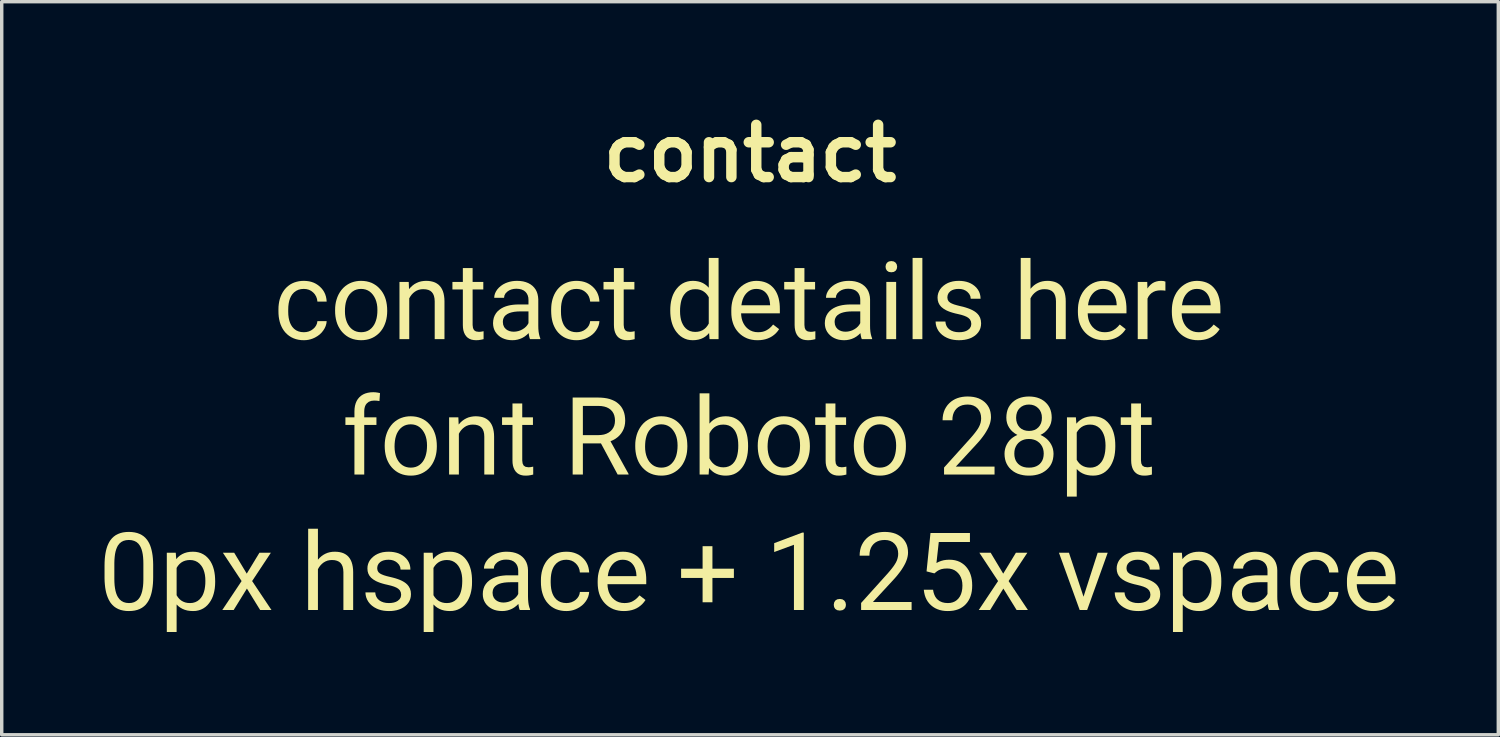
<source format=kicad_pcb>
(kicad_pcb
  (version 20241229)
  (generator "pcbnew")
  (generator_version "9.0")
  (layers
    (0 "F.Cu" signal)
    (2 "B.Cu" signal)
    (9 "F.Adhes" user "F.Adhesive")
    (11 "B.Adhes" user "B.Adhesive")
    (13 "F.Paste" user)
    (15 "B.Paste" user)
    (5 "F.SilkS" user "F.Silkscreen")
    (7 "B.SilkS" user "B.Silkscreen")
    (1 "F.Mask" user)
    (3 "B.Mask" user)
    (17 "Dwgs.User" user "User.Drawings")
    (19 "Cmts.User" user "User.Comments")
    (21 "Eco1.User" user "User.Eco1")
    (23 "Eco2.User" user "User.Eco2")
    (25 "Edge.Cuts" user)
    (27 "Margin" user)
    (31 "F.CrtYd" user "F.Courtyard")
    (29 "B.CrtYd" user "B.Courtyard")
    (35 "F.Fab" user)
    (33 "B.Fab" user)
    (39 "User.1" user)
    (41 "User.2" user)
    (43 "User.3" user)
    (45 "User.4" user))
  (footprint "contact"
    (layer "F.Cu")
    (at 18.833 9.932)
    (property "Reference" "contact" (at 0 -8.505 0) (layer "F.SilkS") (effects (font (size 1.524 1.524) (thickness 0.305))))
    (attr smd)
    (fp_poly (pts (xy 5.028 -3.087) (xy 4.743 -3.087) (xy 4.743 -5.457) (xy 5.028 -5.457) (xy 5.028 -3.087)) (stroke (width 0) (type solid)) (fill yes) (layer "F.SilkS"))
    (fp_poly (pts (xy 1.568 4.815) (xy 1.281 4.815) (xy 1.281 2.912) (xy 0.705 3.124) (xy 0.705 2.865) (xy 1.523 2.557) (xy 1.568 2.557) (xy 1.568 4.815)) (stroke (width 0) (type solid)) (fill yes) (layer "F.SilkS"))
    (fp_poly (pts (xy 9.73 4.428) (xy 10.143 3.145) (xy 10.435 3.145) (xy 9.836 4.815) (xy 9.618 4.815) (xy 9.013 3.145) (xy 9.305 3.145) (xy 9.73 4.428)) (stroke (width 0) (type solid)) (fill yes) (layer "F.SilkS"))
    (fp_poly (pts (xy -14.684 3.755) (xy -14.314 3.145) (xy -13.98 3.145) (xy -14.527 3.971) (xy -13.963 4.815) (xy -14.293 4.815) (xy -14.679 4.19) (xy -15.065 4.815) (xy -15.397 4.815) (xy -14.834 3.971) (xy -15.38 3.145) (xy -15.05 3.145) (xy -14.684 3.755)) (stroke (width 0) (type solid)) (fill yes) (layer "F.SilkS"))
    (fp_poly (pts (xy -1.097 3.61) (xy -0.471 3.61) (xy -0.471 3.88) (xy -1.097 3.88) (xy -1.097 4.59) (xy -1.384 4.59) (xy -1.384 3.88) (xy -2.011 3.88) (xy -2.011 3.61) (xy -1.384 3.61) (xy -1.384 2.954) (xy -1.097 2.954) (xy -1.097 3.61)) (stroke (width 0) (type solid)) (fill yes) (layer "F.SilkS"))
    (fp_poly (pts (xy 7.387 3.755) (xy 7.757 3.145) (xy 8.091 3.145) (xy 7.544 3.971) (xy 8.107 4.815) (xy 7.777 4.815) (xy 7.391 4.19) (xy 7.006 4.815) (xy 6.674 4.815) (xy 7.237 3.971) (xy 6.691 3.145) (xy 7.021 3.145) (xy 7.387 3.755)) (stroke (width 0) (type solid)) (fill yes) (layer "F.SilkS"))
    (fp_poly (pts (xy 2.443 4.666) (xy 2.454 4.598) (xy 2.486 4.542) (xy 2.542 4.505) (xy 2.619 4.493) (xy 2.696 4.505) (xy 2.752 4.542) (xy 2.787 4.598) (xy 2.798 4.666) (xy 2.787 4.731) (xy 2.752 4.785) (xy 2.696 4.82) (xy 2.619 4.832) (xy 2.542 4.82) (xy 2.486 4.785) (xy 2.454 4.731) (xy 2.443 4.666)) (stroke (width 0) (type solid)) (fill yes) (layer "F.SilkS"))
    (fp_poly (pts (xy 4.263 -3.087) (xy 4.292 -5.2) (xy 4.281 -5.136) (xy 4.249 -5.084) (xy 4.196 -5.049) (xy 4.122 -5.038) (xy 4.049 -5.049) (xy 3.996 -5.084) (xy 3.965 -5.136) (xy 3.954 -5.2) (xy 3.965 -5.264) (xy 3.996 -5.317) (xy 4.049 -5.353) (xy 4.122 -5.365) (xy 4.196 -5.353) (xy 4.249 -5.317) (xy 4.281 -5.264) (xy 4.292 -5.2) (xy 4.263 -3.087) (xy 3.977 -3.087) (xy 3.977 -4.757) (xy 4.263 -4.757) (xy 4.263 -3.087)) (stroke (width 0) (type solid)) (fill yes) (layer "F.SilkS"))
    (fp_poly (pts (xy 12.119 -4.501) (xy 12.051 -4.509) (xy 11.978 -4.511) (xy 11.902 -4.506) (xy 11.833 -4.492) (xy 11.771 -4.467) (xy 11.716 -4.433) (xy 11.669 -4.389) (xy 11.629 -4.336) (xy 11.597 -4.272) (xy 11.597 -3.087) (xy 11.312 -3.087) (xy 11.312 -4.757) (xy 11.589 -4.757) (xy 11.594 -4.564) (xy 11.637 -4.623) (xy 11.684 -4.673) (xy 11.736 -4.715) (xy 11.793 -4.747) (xy 11.855 -4.769) (xy 11.921 -4.783) (xy 11.992 -4.788) (xy 12.066 -4.782) (xy 12.119 -4.766) (xy 12.119 -4.501) (xy 12.119 -4.501)) (stroke (width 0) (type solid)) (fill yes) (layer "F.SilkS"))
    (fp_poly (pts (xy -8.094 -5.161) (xy -8.094 -4.757) (xy -7.782 -4.757) (xy -7.782 -4.536) (xy -8.094 -4.536) (xy -8.094 -3.5) (xy -8.083 -3.412) (xy -8.052 -3.349) (xy -7.996 -3.312) (xy -7.91 -3.3) (xy -7.851 -3.304) (xy -7.774 -3.318) (xy -7.774 -3.087) (xy -7.849 -3.07) (xy -7.922 -3.059) (xy -7.993 -3.056) (xy -8.066 -3.061) (xy -8.131 -3.074) (xy -8.189 -3.098) (xy -8.239 -3.13) (xy -8.282 -3.172) (xy -8.317 -3.222) (xy -8.344 -3.28) (xy -8.364 -3.346) (xy -8.375 -3.419) (xy -8.379 -3.5) (xy -8.379 -4.536) (xy -8.683 -4.536) (xy -8.683 -4.757) (xy -8.379 -4.757) (xy -8.379 -5.161) (xy -8.094 -5.161)) (stroke (width 0) (type solid)) (fill yes) (layer "F.SilkS"))
    (fp_poly (pts (xy -6.646 -1.21) (xy -6.646 -0.806) (xy -6.334 -0.806) (xy -6.334 -0.585) (xy -6.646 -0.585) (xy -6.646 0.451) (xy -6.635 0.539) (xy -6.604 0.602) (xy -6.548 0.639) (xy -6.462 0.651) (xy -6.404 0.647) (xy -6.326 0.633) (xy -6.326 0.864) (xy -6.401 0.881) (xy -6.474 0.892) (xy -6.546 0.895) (xy -6.618 0.891) (xy -6.684 0.877) (xy -6.741 0.854) (xy -6.792 0.821) (xy -6.834 0.779) (xy -6.869 0.729) (xy -6.896 0.671) (xy -6.916 0.606) (xy -6.928 0.532) (xy -6.931 0.451) (xy -6.931 -0.585) (xy -7.235 -0.585) (xy -7.235 -0.806) (xy -6.931 -0.806) (xy -6.931 -1.21) (xy -6.646 -1.21)) (stroke (width 0) (type solid)) (fill yes) (layer "F.SilkS"))
    (fp_poly (pts (xy -3.686 -5.161) (xy -3.686 -4.757) (xy -3.374 -4.757) (xy -3.374 -4.536) (xy -3.686 -4.536) (xy -3.686 -3.5) (xy -3.675 -3.412) (xy -3.644 -3.349) (xy -3.588 -3.312) (xy -3.502 -3.3) (xy -3.443 -3.304) (xy -3.366 -3.318) (xy -3.366 -3.087) (xy -3.441 -3.07) (xy -3.514 -3.059) (xy -3.585 -3.056) (xy -3.658 -3.061) (xy -3.723 -3.074) (xy -3.781 -3.098) (xy -3.831 -3.13) (xy -3.874 -3.172) (xy -3.909 -3.222) (xy -3.936 -3.28) (xy -3.956 -3.346) (xy -3.967 -3.419) (xy -3.971 -3.5) (xy -3.971 -4.536) (xy -4.275 -4.536) (xy -4.275 -4.757) (xy -3.971 -4.757) (xy -3.971 -5.161) (xy -3.686 -5.161)) (stroke (width 0) (type solid)) (fill yes) (layer "F.SilkS"))
    (fp_poly (pts (xy 1.587 -5.161) (xy 1.587 -4.757) (xy 1.898 -4.757) (xy 1.898 -4.536) (xy 1.587 -4.536) (xy 1.587 -3.5) (xy 1.597 -3.412) (xy 1.628 -3.349) (xy 1.685 -3.312) (xy 1.77 -3.3) (xy 1.829 -3.304) (xy 1.906 -3.318) (xy 1.906 -3.087) (xy 1.832 -3.07) (xy 1.759 -3.059) (xy 1.687 -3.056) (xy 1.614 -3.061) (xy 1.549 -3.074) (xy 1.491 -3.098) (xy 1.441 -3.13) (xy 1.398 -3.172) (xy 1.363 -3.222) (xy 1.336 -3.28) (xy 1.317 -3.346) (xy 1.305 -3.419) (xy 1.301 -3.5) (xy 1.301 -4.536) (xy 0.997 -4.536) (xy 0.997 -4.757) (xy 1.301 -4.757) (xy 1.301 -5.161) (xy 1.587 -5.161)) (stroke (width 0) (type solid)) (fill yes) (layer "F.SilkS"))
    (fp_poly (pts (xy 2.491 -1.21) (xy 2.491 -0.806) (xy 2.803 -0.806) (xy 2.803 -0.585) (xy 2.491 -0.585) (xy 2.491 0.451) (xy 2.501 0.539) (xy 2.533 0.602) (xy 2.589 0.639) (xy 2.675 0.651) (xy 2.733 0.647) (xy 2.811 0.633) (xy 2.811 0.864) (xy 2.736 0.881) (xy 2.663 0.892) (xy 2.591 0.895) (xy 2.519 0.891) (xy 2.453 0.877) (xy 2.396 0.854) (xy 2.345 0.821) (xy 2.303 0.779) (xy 2.268 0.729) (xy 2.241 0.671) (xy 2.221 0.606) (xy 2.209 0.532) (xy 2.206 0.451) (xy 2.206 -0.585) (xy 1.901 -0.585) (xy 1.901 -0.806) (xy 2.206 -0.806) (xy 2.206 -1.21) (xy 2.491 -1.21)) (stroke (width 0) (type solid)) (fill yes) (layer "F.SilkS"))
    (fp_poly (pts (xy 11.406 -1.21) (xy 11.406 -0.806) (xy 11.718 -0.806) (xy 11.718 -0.585) (xy 11.406 -0.585) (xy 11.406 0.451) (xy 11.416 0.539) (xy 11.447 0.602) (xy 11.504 0.639) (xy 11.589 0.651) (xy 11.648 0.647) (xy 11.725 0.633) (xy 11.725 0.864) (xy 11.651 0.881) (xy 11.578 0.892) (xy 11.506 0.895) (xy 11.433 0.891) (xy 11.368 0.877) (xy 11.31 0.854) (xy 11.26 0.821) (xy 11.217 0.779) (xy 11.182 0.729) (xy 11.155 0.671) (xy 11.136 0.606) (xy 11.124 0.532) (xy 11.12 0.451) (xy 11.12 -0.585) (xy 10.816 -0.585) (xy 10.816 -0.806) (xy 11.12 -0.806) (xy 11.12 -1.21) (xy 11.406 -1.21)) (stroke (width 0) (type solid)) (fill yes) (layer "F.SilkS"))
    (fp_poly (pts (xy -11.542 0.864) (xy -11.542 -0.585) (xy -11.805 -0.585) (xy -11.805 -0.806) (xy -11.542 -0.806) (xy -11.542 -0.977) (xy -11.538 -1.063) (xy -11.526 -1.142) (xy -11.506 -1.215) (xy -11.478 -1.281) (xy -11.442 -1.34) (xy -11.398 -1.392) (xy -11.347 -1.437) (xy -11.289 -1.474) (xy -11.225 -1.502) (xy -11.154 -1.522) (xy -11.076 -1.535) (xy -10.992 -1.539) (xy -10.926 -1.536) (xy -10.861 -1.527) (xy -10.796 -1.513) (xy -10.812 -1.281) (xy -10.886 -1.291) (xy -10.966 -1.295) (xy -11.051 -1.286) (xy -11.123 -1.259) (xy -11.18 -1.213) (xy -11.214 -1.169) (xy -11.237 -1.115) (xy -11.251 -1.053) (xy -11.256 -0.982) (xy -11.256 -0.806) (xy -10.9 -0.806) (xy -10.9 -0.585) (xy -11.256 -0.585) (xy -11.256 0.864) (xy -11.542 0.864)) (stroke (width 0) (type solid)) (fill yes) (layer "F.SilkS"))
    (fp_poly (pts (xy -12.607 3.348) (xy -12.557 3.293) (xy -12.504 3.246) (xy -12.448 3.206) (xy -12.388 3.173) (xy -12.325 3.147) (xy -12.258 3.129) (xy -12.187 3.118) (xy -12.113 3.115) (xy -12.04 3.118) (xy -11.972 3.127) (xy -11.91 3.142) (xy -11.853 3.163) (xy -11.801 3.191) (xy -11.755 3.224) (xy -11.714 3.264) (xy -11.679 3.31) (xy -11.649 3.361) (xy -11.624 3.419) (xy -11.605 3.483) (xy -11.591 3.553) (xy -11.582 3.63) (xy -11.579 3.712) (xy -11.579 4.815) (xy -11.864 4.815) (xy -11.864 3.71) (xy -11.87 3.626) (xy -11.886 3.553) (xy -11.912 3.492) (xy -11.947 3.443) (xy -11.993 3.406) (xy -12.051 3.379) (xy -12.119 3.362) (xy -12.199 3.357) (xy -12.266 3.362) (xy -12.329 3.375) (xy -12.388 3.399) (xy -12.443 3.431) (xy -12.492 3.471) (xy -12.536 3.517) (xy -12.574 3.568) (xy -12.607 3.625) (xy -12.607 4.815) (xy -12.892 4.815) (xy -12.892 2.445) (xy -12.607 2.445) (xy -12.607 3.348)) (stroke (width 0) (type solid)) (fill yes) (layer "F.SilkS"))
    (fp_poly (pts (xy -9.958 -4.757) (xy -9.949 -4.547) (xy -9.899 -4.603) (xy -9.846 -4.652) (xy -9.789 -4.694) (xy -9.728 -4.727) (xy -9.664 -4.754) (xy -9.596 -4.773) (xy -9.524 -4.784) (xy -9.449 -4.788) (xy -9.376 -4.785) (xy -9.308 -4.775) (xy -9.246 -4.76) (xy -9.189 -4.739) (xy -9.138 -4.711) (xy -9.091 -4.678) (xy -9.051 -4.638) (xy -9.015 -4.593) (xy -8.985 -4.541) (xy -8.96 -4.483) (xy -8.941 -4.419) (xy -8.927 -4.349) (xy -8.918 -4.273) (xy -8.915 -4.19) (xy -8.915 -3.087) (xy -9.2 -3.087) (xy -9.2 -4.192) (xy -9.206 -4.276) (xy -9.222 -4.349) (xy -9.248 -4.41) (xy -9.284 -4.459) (xy -9.329 -4.497) (xy -9.387 -4.524) (xy -9.455 -4.54) (xy -9.535 -4.545) (xy -9.602 -4.541) (xy -9.666 -4.527) (xy -9.724 -4.504) (xy -9.779 -4.471) (xy -9.829 -4.431) (xy -9.872 -4.386) (xy -9.91 -4.334) (xy -9.943 -4.277) (xy -9.943 -3.087) (xy -10.228 -3.087) (xy -10.228 -4.757) (xy -9.958 -4.757)) (stroke (width 0) (type solid)) (fill yes) (layer "F.SilkS"))
    (fp_poly (pts (xy -8.51 -0.806) (xy -8.501 -0.596) (xy -8.451 -0.652) (xy -8.398 -0.701) (xy -8.341 -0.742) (xy -8.28 -0.776) (xy -8.216 -0.803) (xy -8.148 -0.821) (xy -8.076 -0.833) (xy -8.001 -0.837) (xy -7.928 -0.833) (xy -7.86 -0.824) (xy -7.798 -0.809) (xy -7.741 -0.788) (xy -7.69 -0.76) (xy -7.644 -0.727) (xy -7.603 -0.687) (xy -7.567 -0.641) (xy -7.537 -0.59) (xy -7.512 -0.532) (xy -7.493 -0.468) (xy -7.479 -0.398) (xy -7.47 -0.322) (xy -7.467 -0.239) (xy -7.467 0.864) (xy -7.753 0.864) (xy -7.753 -0.241) (xy -7.758 -0.325) (xy -7.774 -0.398) (xy -7.8 -0.459) (xy -7.836 -0.508) (xy -7.882 -0.546) (xy -7.939 -0.573) (xy -8.007 -0.589) (xy -8.087 -0.594) (xy -8.155 -0.59) (xy -8.218 -0.576) (xy -8.277 -0.553) (xy -8.331 -0.52) (xy -8.381 -0.48) (xy -8.425 -0.434) (xy -8.463 -0.383) (xy -8.495 -0.326) (xy -8.495 0.864) (xy -8.78 0.864) (xy -8.78 -0.806) (xy -8.51 -0.806)) (stroke (width 0) (type solid)) (fill yes) (layer "F.SilkS"))
    (fp_poly (pts (xy 8.183 -4.555) (xy 8.232 -4.609) (xy 8.285 -4.657) (xy 8.342 -4.697) (xy 8.402 -4.729) (xy 8.465 -4.755) (xy 8.532 -4.773) (xy 8.603 -4.784) (xy 8.677 -4.788) (xy 8.75 -4.785) (xy 8.818 -4.775) (xy 8.88 -4.76) (xy 8.937 -4.739) (xy 8.988 -4.711) (xy 9.034 -4.678) (xy 9.075 -4.638) (xy 9.111 -4.593) (xy 9.141 -4.541) (xy 9.166 -4.483) (xy 9.185 -4.419) (xy 9.199 -4.349) (xy 9.208 -4.273) (xy 9.211 -4.19) (xy 9.211 -3.087) (xy 8.926 -3.087) (xy 8.926 -4.192) (xy 8.92 -4.276) (xy 8.904 -4.349) (xy 8.878 -4.41) (xy 8.842 -4.459) (xy 8.796 -4.497) (xy 8.739 -4.524) (xy 8.671 -4.54) (xy 8.591 -4.545) (xy 8.523 -4.541) (xy 8.46 -4.527) (xy 8.401 -4.504) (xy 8.347 -4.471) (xy 8.297 -4.431) (xy 8.253 -4.386) (xy 8.215 -4.334) (xy 8.183 -4.277) (xy 8.183 -3.087) (xy 7.898 -3.087) (xy 7.898 -5.457) (xy 8.183 -5.457) (xy 8.183 -4.555)) (stroke (width 0) (type solid)) (fill yes) (layer "F.SilkS"))
    (fp_poly (pts (xy -4.349 -0.045) (xy -4.877 -0.287) (xy -4.422 -0.287) (xy -4.337 -0.292) (xy -4.26 -0.305) (xy -4.19 -0.328) (xy -4.127 -0.36) (xy -4.071 -0.401) (xy -4.024 -0.45) (xy -3.988 -0.505) (xy -3.961 -0.566) (xy -3.946 -0.633) (xy -3.94 -0.707) (xy -3.945 -0.786) (xy -3.96 -0.858) (xy -3.985 -0.922) (xy -4.02 -0.978) (xy -4.065 -1.026) (xy -4.119 -1.066) (xy -4.182 -1.098) (xy -4.253 -1.12) (xy -4.334 -1.134) (xy -4.423 -1.139) (xy -4.877 -1.139) (xy -4.877 -0.287) (xy -4.349 -0.045) (xy -4.877 -0.045) (xy -4.877 0.864) (xy -5.175 0.864) (xy -5.175 -1.383) (xy -4.431 -1.383) (xy -4.339 -1.38) (xy -4.252 -1.372) (xy -4.171 -1.359) (xy -4.095 -1.34) (xy -4.025 -1.315) (xy -3.961 -1.286) (xy -3.901 -1.251) (xy -3.848 -1.21) (xy -3.8 -1.164) (xy -3.758 -1.114) (xy -3.723 -1.058) (xy -3.694 -0.998) (xy -3.671 -0.932) (xy -3.655 -0.862) (xy -3.646 -0.787) (xy -3.642 -0.707) (xy -3.647 -0.625) (xy -3.661 -0.548) (xy -3.684 -0.474) (xy -3.716 -0.406) (xy -3.757 -0.341) (xy -3.805 -0.282) (xy -3.861 -0.229) (xy -3.924 -0.182) (xy -3.994 -0.142) (xy -4.071 -0.108) (xy -3.544 0.846) (xy -3.544 0.864) (xy -3.862 0.864) (xy -4.349 -0.045)) (stroke (width 0) (type solid)) (fill yes) (layer "F.SilkS"))
    (fp_poly (pts (xy 4.714 4.815) (xy 3.241 4.815) (xy 3.241 4.61) (xy 4.019 3.746) (xy 4.084 3.67) (xy 4.14 3.601) (xy 4.188 3.537) (xy 4.226 3.48) (xy 4.257 3.428) (xy 4.286 3.366) (xy 4.306 3.302) (xy 4.319 3.238) (xy 4.323 3.173) (xy 4.316 3.089) (xy 4.296 3.013) (xy 4.263 2.945) (xy 4.217 2.885) (xy 4.159 2.835) (xy 4.092 2.8) (xy 4.017 2.779) (xy 3.933 2.772) (xy 3.851 2.777) (xy 3.777 2.791) (xy 3.711 2.816) (xy 3.652 2.85) (xy 3.601 2.894) (xy 3.559 2.946) (xy 3.526 3.005) (xy 3.502 3.073) (xy 3.488 3.148) (xy 3.483 3.23) (xy 3.198 3.23) (xy 3.202 3.144) (xy 3.214 3.063) (xy 3.234 2.986) (xy 3.263 2.915) (xy 3.3 2.848) (xy 3.344 2.786) (xy 3.397 2.729) (xy 3.449 2.684) (xy 3.506 2.645) (xy 3.566 2.612) (xy 3.631 2.585) (xy 3.7 2.564) (xy 3.774 2.549) (xy 3.851 2.54) (xy 3.933 2.537) (xy 4.019 2.541) (xy 4.101 2.551) (xy 4.177 2.568) (xy 4.248 2.591) (xy 4.313 2.622) (xy 4.373 2.659) (xy 4.428 2.702) (xy 4.476 2.751) (xy 4.517 2.805) (xy 4.551 2.863) (xy 4.577 2.925) (xy 4.595 2.992) (xy 4.606 3.063) (xy 4.61 3.139) (xy 4.607 3.195) (xy 4.598 3.253) (xy 4.584 3.313) (xy 4.563 3.375) (xy 4.537 3.438) (xy 4.504 3.503) (xy 4.466 3.569) (xy 4.422 3.638) (xy 4.372 3.708) (xy 4.316 3.78) (xy 4.255 3.854) (xy 4.187 3.93) (xy 3.585 4.582) (xy 4.714 4.582) (xy 4.714 4.815)) (stroke (width 0) (type solid)) (fill yes) (layer "F.SilkS"))
    (fp_poly (pts (xy 7.134 0.864) (xy 5.661 0.864) (xy 5.661 0.659) (xy 6.439 -0.205) (xy 6.504 -0.281) (xy 6.56 -0.35) (xy 6.608 -0.414) (xy 6.647 -0.471) (xy 6.677 -0.523) (xy 6.706 -0.585) (xy 6.727 -0.649) (xy 6.739 -0.713) (xy 6.743 -0.778) (xy 6.736 -0.862) (xy 6.717 -0.938) (xy 6.683 -1.006) (xy 6.637 -1.066) (xy 6.579 -1.116) (xy 6.512 -1.151) (xy 6.437 -1.172) (xy 6.353 -1.179) (xy 6.271 -1.174) (xy 6.197 -1.16) (xy 6.131 -1.135) (xy 6.072 -1.101) (xy 6.021 -1.057) (xy 5.979 -1.005) (xy 5.946 -0.946) (xy 5.922 -0.878) (xy 5.908 -0.803) (xy 5.904 -0.721) (xy 5.618 -0.721) (xy 5.622 -0.807) (xy 5.634 -0.888) (xy 5.655 -0.965) (xy 5.683 -1.037) (xy 5.72 -1.103) (xy 5.764 -1.165) (xy 5.817 -1.222) (xy 5.869 -1.267) (xy 5.926 -1.306) (xy 5.986 -1.339) (xy 6.051 -1.366) (xy 6.12 -1.387) (xy 6.194 -1.402) (xy 6.271 -1.411) (xy 6.353 -1.414) (xy 6.439 -1.41) (xy 6.521 -1.4) (xy 6.597 -1.383) (xy 6.668 -1.36) (xy 6.733 -1.329) (xy 6.793 -1.292) (xy 6.848 -1.249) (xy 6.896 -1.2) (xy 6.937 -1.146) (xy 6.971 -1.088) (xy 6.997 -1.026) (xy 7.015 -0.959) (xy 7.026 -0.888) (xy 7.03 -0.812) (xy 7.027 -0.756) (xy 7.018 -0.698) (xy 7.004 -0.638) (xy 6.983 -0.577) (xy 6.957 -0.513) (xy 6.924 -0.448) (xy 6.886 -0.382) (xy 6.842 -0.313) (xy 6.792 -0.243) (xy 6.737 -0.171) (xy 6.675 -0.097) (xy 6.607 -0.022) (xy 6.005 0.631) (xy 7.134 0.631) (xy 7.134 0.864)) (stroke (width 0) (type solid)) (fill yes) (layer "F.SilkS"))
    (fp_poly (pts (xy -15.605 3.999) (xy -15.891 3.967) (xy -15.894 3.876) (xy -15.904 3.791) (xy -15.921 3.714) (xy -15.944 3.643) (xy -15.974 3.578) (xy -16.011 3.521) (xy -16.063 3.462) (xy -16.122 3.416) (xy -16.188 3.383) (xy -16.261 3.363) (xy -16.342 3.357) (xy -16.413 3.362) (xy -16.479 3.376) (xy -16.54 3.399) (xy -16.596 3.432) (xy -16.646 3.474) (xy -16.691 3.526) (xy -16.73 3.587) (xy -16.73 4.385) (xy -16.691 4.445) (xy -16.646 4.497) (xy -16.596 4.539) (xy -16.54 4.571) (xy -16.478 4.595) (xy -16.411 4.609) (xy -16.338 4.613) (xy -16.26 4.607) (xy -16.188 4.587) (xy -16.123 4.555) (xy -16.064 4.51) (xy -16.013 4.451) (xy -15.98 4.401) (xy -15.953 4.345) (xy -15.931 4.282) (xy -15.913 4.213) (xy -15.901 4.137) (xy -15.893 4.055) (xy -15.891 3.967) (xy -15.605 3.999) (xy -15.608 4.092) (xy -15.616 4.18) (xy -15.63 4.264) (xy -15.649 4.343) (xy -15.673 4.418) (xy -15.703 4.487) (xy -15.739 4.553) (xy -15.78 4.613) (xy -15.832 4.675) (xy -15.889 4.727) (xy -15.952 4.77) (xy -16.019 4.803) (xy -16.092 4.827) (xy -16.169 4.842) (xy -16.252 4.846) (xy -16.336 4.842) (xy -16.415 4.831) (xy -16.489 4.811) (xy -16.557 4.783) (xy -16.62 4.748) (xy -16.678 4.705) (xy -16.73 4.653) (xy -16.73 5.457) (xy -17.016 5.457) (xy -17.016 3.145) (xy -16.755 3.145) (xy -16.741 3.331) (xy -16.689 3.273) (xy -16.631 3.225) (xy -16.567 3.185) (xy -16.498 3.154) (xy -16.423 3.132) (xy -16.343 3.119) (xy -16.257 3.115) (xy -16.173 3.119) (xy -16.095 3.133) (xy -16.022 3.156) (xy -15.954 3.189) (xy -15.891 3.23) (xy -15.834 3.281) (xy -15.781 3.341) (xy -15.744 3.394) (xy -15.712 3.451) (xy -15.684 3.512) (xy -15.66 3.578) (xy -15.64 3.648) (xy -15.625 3.723) (xy -15.614 3.802) (xy -15.608 3.885) (xy -15.605 3.973) (xy -15.605 3.999)) (stroke (width 0) (type solid)) (fill yes) (layer "F.SilkS"))
    (fp_poly (pts (xy -8.111 3.999) (xy -8.396 3.967) (xy -8.399 3.876) (xy -8.409 3.791) (xy -8.426 3.714) (xy -8.45 3.643) (xy -8.48 3.578) (xy -8.516 3.521) (xy -8.568 3.462) (xy -8.627 3.416) (xy -8.693 3.383) (xy -8.766 3.363) (xy -8.847 3.357) (xy -8.918 3.362) (xy -8.984 3.376) (xy -9.045 3.399) (xy -9.101 3.432) (xy -9.151 3.474) (xy -9.196 3.526) (xy -9.236 3.587) (xy -9.236 4.385) (xy -9.196 4.445) (xy -9.151 4.497) (xy -9.101 4.539) (xy -9.045 4.571) (xy -8.983 4.595) (xy -8.916 4.609) (xy -8.844 4.613) (xy -8.765 4.607) (xy -8.693 4.587) (xy -8.628 4.555) (xy -8.57 4.51) (xy -8.518 4.451) (xy -8.486 4.401) (xy -8.458 4.345) (xy -8.436 4.282) (xy -8.419 4.213) (xy -8.406 4.137) (xy -8.399 4.055) (xy -8.396 3.967) (xy -8.111 3.999) (xy -8.113 4.092) (xy -8.121 4.18) (xy -8.135 4.264) (xy -8.154 4.343) (xy -8.179 4.418) (xy -8.209 4.487) (xy -8.244 4.553) (xy -8.285 4.613) (xy -8.337 4.675) (xy -8.395 4.727) (xy -8.457 4.77) (xy -8.525 4.803) (xy -8.597 4.827) (xy -8.675 4.842) (xy -8.757 4.846) (xy -8.841 4.842) (xy -8.92 4.831) (xy -8.994 4.811) (xy -9.062 4.783) (xy -9.125 4.748) (xy -9.183 4.705) (xy -9.236 4.653) (xy -9.236 5.457) (xy -9.521 5.457) (xy -9.521 3.145) (xy -9.26 3.145) (xy -9.247 3.331) (xy -9.194 3.273) (xy -9.136 3.225) (xy -9.072 3.185) (xy -9.003 3.154) (xy -8.928 3.132) (xy -8.848 3.119) (xy -8.762 3.115) (xy -8.678 3.119) (xy -8.6 3.133) (xy -8.527 3.156) (xy -8.459 3.189) (xy -8.397 3.23) (xy -8.339 3.281) (xy -8.287 3.341) (xy -8.25 3.394) (xy -8.217 3.451) (xy -8.189 3.512) (xy -8.165 3.578) (xy -8.145 3.648) (xy -8.13 3.723) (xy -8.119 3.802) (xy -8.113 3.885) (xy -8.111 3.973) (xy -8.111 3.999)) (stroke (width 0) (type solid)) (fill yes) (layer "F.SilkS"))
    (fp_poly (pts (xy 5.15 3.689) (xy 5.265 2.568) (xy 6.416 2.568) (xy 6.416 2.832) (xy 5.507 2.832) (xy 5.439 3.445) (xy 5.507 3.41) (xy 5.578 3.383) (xy 5.653 3.363) (xy 5.732 3.352) (xy 5.814 3.348) (xy 5.899 3.352) (xy 5.979 3.364) (xy 6.054 3.385) (xy 6.124 3.414) (xy 6.188 3.452) (xy 6.248 3.497) (xy 6.302 3.551) (xy 6.344 3.604) (xy 6.381 3.661) (xy 6.412 3.723) (xy 6.437 3.789) (xy 6.457 3.86) (xy 6.471 3.935) (xy 6.479 4.015) (xy 6.482 4.099) (xy 6.479 4.184) (xy 6.471 4.264) (xy 6.456 4.339) (xy 6.435 4.41) (xy 6.409 4.476) (xy 6.376 4.538) (xy 6.338 4.595) (xy 6.294 4.647) (xy 6.245 4.694) (xy 6.191 4.734) (xy 6.133 4.769) (xy 6.07 4.797) (xy 6.002 4.818) (xy 5.93 4.834) (xy 5.853 4.843) (xy 5.771 4.846) (xy 5.688 4.843) (xy 5.61 4.833) (xy 5.536 4.816) (xy 5.466 4.792) (xy 5.401 4.762) (xy 5.341 4.725) (xy 5.285 4.681) (xy 5.234 4.631) (xy 5.19 4.576) (xy 5.153 4.516) (xy 5.122 4.451) (xy 5.098 4.381) (xy 5.081 4.305) (xy 5.07 4.224) (xy 5.34 4.224) (xy 5.354 4.298) (xy 5.375 4.364) (xy 5.402 4.422) (xy 5.436 4.473) (xy 5.478 4.516) (xy 5.538 4.559) (xy 5.606 4.589) (xy 5.684 4.607) (xy 5.771 4.613) (xy 5.847 4.608) (xy 5.916 4.591) (xy 5.979 4.564) (xy 6.034 4.526) (xy 6.083 4.477) (xy 6.124 4.419) (xy 6.156 4.352) (xy 6.178 4.277) (xy 6.192 4.194) (xy 6.197 4.102) (xy 6.192 4.016) (xy 6.177 3.936) (xy 6.152 3.864) (xy 6.118 3.799) (xy 6.073 3.741) (xy 6.021 3.692) (xy 5.963 3.653) (xy 5.898 3.626) (xy 5.826 3.609) (xy 5.748 3.604) (xy 5.659 3.609) (xy 5.581 3.624) (xy 5.513 3.65) (xy 5.454 3.686) (xy 5.379 3.747) (xy 5.15 3.689)) (stroke (width 0) (type solid)) (fill yes) (layer "F.SilkS"))
    (fp_poly (pts (xy 10.657 0.048) (xy 10.372 0.015) (xy 10.368 -0.075) (xy 10.358 -0.16) (xy 10.342 -0.237) (xy 10.318 -0.308) (xy 10.288 -0.373) (xy 10.251 -0.431) (xy 10.2 -0.49) (xy 10.141 -0.535) (xy 10.075 -0.568) (xy 10.001 -0.588) (xy 9.921 -0.594) (xy 9.85 -0.59) (xy 9.783 -0.575) (xy 9.723 -0.552) (xy 9.667 -0.519) (xy 9.617 -0.477) (xy 9.572 -0.425) (xy 9.532 -0.364) (xy 9.532 0.434) (xy 9.571 0.494) (xy 9.616 0.546) (xy 9.667 0.588) (xy 9.723 0.62) (xy 9.784 0.643) (xy 9.851 0.657) (xy 9.924 0.662) (xy 10.003 0.656) (xy 10.075 0.636) (xy 10.14 0.604) (xy 10.198 0.558) (xy 10.25 0.5) (xy 10.282 0.45) (xy 10.309 0.394) (xy 10.332 0.331) (xy 10.349 0.262) (xy 10.362 0.186) (xy 10.369 0.104) (xy 10.372 0.015) (xy 10.657 0.048) (xy 10.654 0.141) (xy 10.646 0.229) (xy 10.633 0.313) (xy 10.614 0.392) (xy 10.589 0.466) (xy 10.559 0.536) (xy 10.524 0.602) (xy 10.483 0.662) (xy 10.43 0.724) (xy 10.373 0.776) (xy 10.311 0.819) (xy 10.243 0.852) (xy 10.171 0.876) (xy 10.093 0.89) (xy 10.011 0.895) (xy 9.926 0.891) (xy 9.847 0.879) (xy 9.774 0.86) (xy 9.705 0.832) (xy 9.642 0.797) (xy 9.585 0.753) (xy 9.532 0.702) (xy 9.532 1.506) (xy 9.247 1.506) (xy 9.247 -0.806) (xy 9.507 -0.806) (xy 9.521 -0.62) (xy 9.574 -0.678) (xy 9.632 -0.726) (xy 9.696 -0.766) (xy 9.765 -0.797) (xy 9.84 -0.819) (xy 9.92 -0.832) (xy 10.006 -0.837) (xy 10.089 -0.832) (xy 10.168 -0.818) (xy 10.241 -0.795) (xy 10.309 -0.762) (xy 10.371 -0.721) (xy 10.429 -0.67) (xy 10.481 -0.61) (xy 10.518 -0.557) (xy 10.551 -0.5) (xy 10.579 -0.439) (xy 10.603 -0.373) (xy 10.622 -0.303) (xy 10.638 -0.228) (xy 10.649 -0.149) (xy 10.655 -0.066) (xy 10.657 0.022) (xy 10.657 0.048)) (stroke (width 0) (type solid)) (fill yes) (layer "F.SilkS"))
    (fp_poly (pts (xy 13.75 3.999) (xy 13.465 3.967) (xy 13.461 3.876) (xy 13.451 3.791) (xy 13.435 3.714) (xy 13.411 3.643) (xy 13.381 3.578) (xy 13.344 3.521) (xy 13.293 3.462) (xy 13.234 3.416) (xy 13.168 3.383) (xy 13.094 3.363) (xy 13.014 3.357) (xy 12.943 3.362) (xy 12.876 3.376) (xy 12.816 3.399) (xy 12.76 3.432) (xy 12.71 3.474) (xy 12.665 3.526) (xy 12.625 3.587) (xy 12.625 4.385) (xy 12.664 4.445) (xy 12.709 4.497) (xy 12.76 4.539) (xy 12.816 4.571) (xy 12.877 4.595) (xy 12.944 4.609) (xy 13.017 4.613) (xy 13.096 4.607) (xy 13.168 4.587) (xy 13.233 4.555) (xy 13.291 4.51) (xy 13.343 4.451) (xy 13.375 4.401) (xy 13.402 4.345) (xy 13.425 4.282) (xy 13.442 4.213) (xy 13.455 4.137) (xy 13.462 4.055) (xy 13.465 3.967) (xy 13.75 3.999) (xy 13.747 4.092) (xy 13.739 4.18) (xy 13.726 4.264) (xy 13.707 4.343) (xy 13.682 4.418) (xy 13.652 4.487) (xy 13.617 4.553) (xy 13.576 4.613) (xy 13.523 4.675) (xy 13.466 4.727) (xy 13.404 4.77) (xy 13.336 4.803) (xy 13.264 4.827) (xy 13.186 4.842) (xy 13.103 4.846) (xy 13.019 4.842) (xy 12.94 4.831) (xy 12.867 4.811) (xy 12.798 4.783) (xy 12.735 4.748) (xy 12.678 4.705) (xy 12.625 4.653) (xy 12.625 5.457) (xy 12.34 5.457) (xy 12.34 3.145) (xy 12.6 3.145) (xy 12.614 3.331) (xy 12.667 3.273) (xy 12.725 3.225) (xy 12.789 3.185) (xy 12.858 3.154) (xy 12.933 3.132) (xy 13.013 3.119) (xy 13.099 3.115) (xy 13.182 3.119) (xy 13.261 3.133) (xy 13.334 3.156) (xy 13.401 3.189) (xy 13.464 3.23) (xy 13.522 3.281) (xy 13.574 3.341) (xy 13.611 3.394) (xy 13.644 3.451) (xy 13.672 3.512) (xy 13.696 3.578) (xy 13.715 3.648) (xy 13.731 3.723) (xy 13.741 3.802) (xy 13.748 3.885) (xy 13.75 3.973) (xy 13.75 3.999)) (stroke (width 0) (type solid)) (fill yes) (layer "F.SilkS"))
    (fp_poly (pts (xy -2.327 -3.936) (xy -2.042 -3.903) (xy -2.039 -3.812) (xy -2.029 -3.728) (xy -2.013 -3.65) (xy -1.99 -3.579) (xy -1.96 -3.516) (xy -1.925 -3.459) (xy -1.874 -3.401) (xy -1.816 -3.356) (xy -1.752 -3.324) (xy -1.68 -3.305) (xy -1.601 -3.298) (xy -1.526 -3.303) (xy -1.457 -3.318) (xy -1.395 -3.343) (xy -1.338 -3.378) (xy -1.287 -3.423) (xy -1.243 -3.477) (xy -1.204 -3.542) (xy -1.204 -4.309) (xy -1.243 -4.372) (xy -1.288 -4.425) (xy -1.339 -4.468) (xy -1.395 -4.502) (xy -1.457 -4.526) (xy -1.524 -4.541) (xy -1.597 -4.545) (xy -1.678 -4.539) (xy -1.751 -4.519) (xy -1.816 -4.487) (xy -1.874 -4.442) (xy -1.925 -4.383) (xy -1.956 -4.334) (xy -1.982 -4.278) (xy -2.004 -4.216) (xy -2.02 -4.147) (xy -2.032 -4.072) (xy -2.04 -3.991) (xy -2.042 -3.903) (xy -2.327 -3.936) (xy -2.325 -4.019) (xy -2.318 -4.099) (xy -2.307 -4.175) (xy -2.291 -4.247) (xy -2.271 -4.316) (xy -2.247 -4.381) (xy -2.217 -4.442) (xy -2.184 -4.499) (xy -2.145 -4.553) (xy -2.091 -4.615) (xy -2.032 -4.668) (xy -1.969 -4.711) (xy -1.9 -4.745) (xy -1.828 -4.768) (xy -1.75 -4.783) (xy -1.668 -4.788) (xy -1.587 -4.784) (xy -1.511 -4.771) (xy -1.439 -4.751) (xy -1.373 -4.722) (xy -1.312 -4.685) (xy -1.255 -4.64) (xy -1.204 -4.587) (xy -1.204 -5.457) (xy -0.918 -5.457) (xy -0.918 -3.087) (xy -1.181 -3.087) (xy -1.195 -3.266) (xy -1.246 -3.21) (xy -1.303 -3.163) (xy -1.366 -3.124) (xy -1.434 -3.094) (xy -1.508 -3.073) (xy -1.587 -3.06) (xy -1.672 -3.056) (xy -1.752 -3.061) (xy -1.829 -3.075) (xy -1.901 -3.1) (xy -1.968 -3.134) (xy -2.032 -3.177) (xy -2.091 -3.231) (xy -2.145 -3.294) (xy -2.184 -3.348) (xy -2.217 -3.406) (xy -2.247 -3.468) (xy -2.271 -3.534) (xy -2.291 -3.602) (xy -2.307 -3.675) (xy -2.318 -3.751) (xy -2.325 -3.831) (xy -2.327 -3.914) (xy -2.327 -3.936)) (stroke (width 0) (type solid)) (fill yes) (layer "F.SilkS"))
    (fp_poly (pts (xy -0.057 0.048) (xy -0.343 0.015) (xy -0.346 -0.078) (xy -0.355 -0.164) (xy -0.371 -0.243) (xy -0.393 -0.315) (xy -0.421 -0.379) (xy -0.455 -0.435) (xy -0.504 -0.492) (xy -0.561 -0.537) (xy -0.626 -0.569) (xy -0.699 -0.588) (xy -0.779 -0.594) (xy -0.857 -0.589) (xy -0.928 -0.573) (xy -0.992 -0.546) (xy -1.05 -0.509) (xy -1.102 -0.46) (xy -1.147 -0.401) (xy -1.185 -0.332) (xy -1.185 0.39) (xy -1.145 0.46) (xy -1.098 0.519) (xy -1.046 0.567) (xy -0.988 0.605) (xy -0.923 0.631) (xy -0.853 0.648) (xy -0.776 0.653) (xy -0.698 0.647) (xy -0.627 0.627) (xy -0.563 0.596) (xy -0.506 0.551) (xy -0.457 0.494) (xy -0.427 0.445) (xy -0.401 0.39) (xy -0.38 0.328) (xy -0.364 0.26) (xy -0.352 0.185) (xy -0.345 0.103) (xy -0.343 0.015) (xy -0.057 0.048) (xy -0.06 0.141) (xy -0.068 0.23) (xy -0.082 0.314) (xy -0.101 0.393) (xy -0.126 0.468) (xy -0.156 0.538) (xy -0.192 0.603) (xy -0.233 0.664) (xy -0.286 0.725) (xy -0.343 0.777) (xy -0.406 0.82) (xy -0.473 0.853) (xy -0.546 0.876) (xy -0.623 0.89) (xy -0.705 0.895) (xy -0.782 0.892) (xy -0.855 0.881) (xy -0.922 0.864) (xy -0.986 0.839) (xy -1.045 0.808) (xy -1.099 0.769) (xy -1.149 0.724) (xy -1.195 0.671) (xy -1.208 0.864) (xy -1.471 0.864) (xy -1.471 -1.506) (xy -1.185 -1.506) (xy -1.185 -0.622) (xy -1.133 -0.679) (xy -1.076 -0.727) (xy -1.013 -0.766) (xy -0.945 -0.797) (xy -0.871 -0.819) (xy -0.793 -0.832) (xy -0.708 -0.837) (xy -0.624 -0.832) (xy -0.545 -0.818) (xy -0.472 -0.794) (xy -0.404 -0.761) (xy -0.341 -0.719) (xy -0.284 -0.668) (xy -0.232 -0.607) (xy -0.195 -0.553) (xy -0.163 -0.496) (xy -0.135 -0.434) (xy -0.111 -0.369) (xy -0.092 -0.299) (xy -0.076 -0.224) (xy -0.066 -0.146) (xy -0.059 -0.064) (xy -0.057 0.023) (xy -0.057 0.048)) (stroke (width 0) (type solid)) (fill yes) (layer "F.SilkS"))
    (fp_poly (pts (xy -13.016 -3.289) (xy -12.942 -3.295) (xy -12.872 -3.312) (xy -12.808 -3.341) (xy -12.749 -3.382) (xy -12.698 -3.431) (xy -12.66 -3.486) (xy -12.634 -3.547) (xy -12.622 -3.613) (xy -12.352 -3.613) (xy -12.361 -3.542) (xy -12.38 -3.473) (xy -12.41 -3.406) (xy -12.451 -3.34) (xy -12.5 -3.278) (xy -12.557 -3.223) (xy -12.622 -3.175) (xy -12.694 -3.133) (xy -12.756 -3.105) (xy -12.818 -3.084) (xy -12.883 -3.068) (xy -12.948 -3.059) (xy -13.016 -3.056) (xy -13.099 -3.059) (xy -13.177 -3.07) (xy -13.252 -3.088) (xy -13.322 -3.113) (xy -13.388 -3.145) (xy -13.449 -3.184) (xy -13.506 -3.23) (xy -13.559 -3.283) (xy -13.601 -3.336) (xy -13.638 -3.393) (xy -13.67 -3.454) (xy -13.698 -3.519) (xy -13.72 -3.588) (xy -13.737 -3.661) (xy -13.75 -3.739) (xy -13.757 -3.821) (xy -13.759 -3.906) (xy -13.759 -3.954) (xy -13.757 -4.034) (xy -13.749 -4.111) (xy -13.737 -4.185) (xy -13.72 -4.255) (xy -13.697 -4.323) (xy -13.67 -4.388) (xy -13.631 -4.46) (xy -13.586 -4.526) (xy -13.535 -4.585) (xy -13.477 -4.637) (xy -13.414 -4.683) (xy -13.356 -4.715) (xy -13.295 -4.741) (xy -13.23 -4.761) (xy -13.163 -4.776) (xy -13.092 -4.785) (xy -13.017 -4.788) (xy -12.939 -4.784) (xy -12.864 -4.774) (xy -12.794 -4.757) (xy -12.727 -4.733) (xy -12.665 -4.702) (xy -12.606 -4.664) (xy -12.551 -4.619) (xy -12.501 -4.569) (xy -12.458 -4.515) (xy -12.423 -4.457) (xy -12.394 -4.394) (xy -12.373 -4.328) (xy -12.359 -4.257) (xy -12.352 -4.183) (xy -12.622 -4.183) (xy -12.634 -4.26) (xy -12.659 -4.33) (xy -12.696 -4.393) (xy -12.745 -4.448) (xy -12.803 -4.494) (xy -12.868 -4.527) (xy -12.939 -4.546) (xy -13.017 -4.553) (xy -13.1 -4.547) (xy -13.176 -4.528) (xy -13.243 -4.496) (xy -13.303 -4.452) (xy -13.355 -4.396) (xy -13.391 -4.34) (xy -13.421 -4.276) (xy -13.444 -4.205) (xy -13.461 -4.125) (xy -13.471 -4.038) (xy -13.474 -3.943) (xy -13.474 -3.889) (xy -13.471 -3.797) (xy -13.461 -3.712) (xy -13.444 -3.634) (xy -13.421 -3.564) (xy -13.391 -3.501) (xy -13.355 -3.445) (xy -13.303 -3.389) (xy -13.244 -3.345) (xy -13.176 -3.314) (xy -13.1 -3.295) (xy -13.016 -3.289)) (stroke (width 0) (type solid)) (fill yes) (layer "F.SilkS"))
    (fp_poly (pts (xy -5.357 4.613) (xy -5.283 4.607) (xy -5.214 4.59) (xy -5.15 4.561) (xy -5.09 4.521) (xy -5.039 4.471) (xy -5.001 4.416) (xy -4.976 4.356) (xy -4.964 4.289) (xy -4.693 4.289) (xy -4.703 4.36) (xy -4.722 4.429) (xy -4.752 4.497) (xy -4.792 4.562) (xy -4.842 4.624) (xy -4.899 4.679) (xy -4.964 4.727) (xy -5.036 4.769) (xy -5.097 4.797) (xy -5.16 4.819) (xy -5.224 4.834) (xy -5.29 4.843) (xy -5.357 4.846) (xy -5.44 4.843) (xy -5.519 4.832) (xy -5.593 4.814) (xy -5.664 4.79) (xy -5.729 4.758) (xy -5.791 4.719) (xy -5.848 4.673) (xy -5.9 4.619) (xy -5.943 4.567) (xy -5.98 4.51) (xy -6.012 4.449) (xy -6.039 4.383) (xy -6.061 4.314) (xy -6.079 4.241) (xy -6.091 4.163) (xy -6.099 4.082) (xy -6.101 3.996) (xy -6.101 3.948) (xy -6.099 3.868) (xy -6.091 3.791) (xy -6.079 3.718) (xy -6.061 3.647) (xy -6.039 3.579) (xy -6.012 3.514) (xy -5.973 3.442) (xy -5.928 3.376) (xy -5.876 3.317) (xy -5.819 3.265) (xy -5.755 3.22) (xy -5.698 3.187) (xy -5.637 3.161) (xy -5.572 3.141) (xy -5.504 3.126) (xy -5.433 3.118) (xy -5.359 3.115) (xy -5.28 3.118) (xy -5.206 3.128) (xy -5.136 3.145) (xy -5.069 3.17) (xy -5.006 3.2) (xy -4.947 3.238) (xy -4.893 3.283) (xy -4.843 3.333) (xy -4.8 3.387) (xy -4.765 3.445) (xy -4.736 3.508) (xy -4.715 3.574) (xy -4.701 3.645) (xy -4.693 3.72) (xy -4.964 3.72) (xy -4.976 3.642) (xy -5.001 3.572) (xy -5.038 3.51) (xy -5.087 3.454) (xy -5.145 3.408) (xy -5.21 3.375) (xy -5.281 3.356) (xy -5.359 3.349) (xy -5.442 3.355) (xy -5.517 3.374) (xy -5.585 3.406) (xy -5.645 3.45) (xy -5.697 3.507) (xy -5.733 3.562) (xy -5.763 3.626) (xy -5.786 3.698) (xy -5.802 3.777) (xy -5.812 3.864) (xy -5.816 3.959) (xy -5.816 4.013) (xy -5.812 4.105) (xy -5.802 4.191) (xy -5.786 4.268) (xy -5.763 4.339) (xy -5.733 4.402) (xy -5.697 4.457) (xy -5.645 4.513) (xy -5.585 4.557) (xy -5.517 4.588) (xy -5.441 4.607) (xy -5.357 4.613)) (stroke (width 0) (type solid)) (fill yes) (layer "F.SilkS"))
    (fp_poly (pts (xy -5.058 -3.289) (xy -4.984 -3.295) (xy -4.915 -3.312) (xy -4.85 -3.341) (xy -4.791 -3.382) (xy -4.74 -3.431) (xy -4.702 -3.486) (xy -4.677 -3.547) (xy -4.664 -3.613) (xy -4.394 -3.613) (xy -4.403 -3.542) (xy -4.423 -3.473) (xy -4.453 -3.406) (xy -4.493 -3.34) (xy -4.542 -3.278) (xy -4.599 -3.223) (xy -4.664 -3.175) (xy -4.737 -3.133) (xy -4.798 -3.105) (xy -4.861 -3.084) (xy -4.925 -3.068) (xy -4.991 -3.059) (xy -5.058 -3.056) (xy -5.141 -3.059) (xy -5.22 -3.07) (xy -5.294 -3.088) (xy -5.364 -3.113) (xy -5.43 -3.145) (xy -5.491 -3.184) (xy -5.548 -3.23) (xy -5.601 -3.283) (xy -5.643 -3.336) (xy -5.68 -3.393) (xy -5.712 -3.454) (xy -5.74 -3.519) (xy -5.762 -3.588) (xy -5.779 -3.661) (xy -5.792 -3.739) (xy -5.799 -3.821) (xy -5.802 -3.906) (xy -5.802 -3.954) (xy -5.799 -4.034) (xy -5.792 -4.111) (xy -5.779 -4.185) (xy -5.762 -4.255) (xy -5.739 -4.323) (xy -5.712 -4.388) (xy -5.673 -4.46) (xy -5.628 -4.526) (xy -5.577 -4.585) (xy -5.52 -4.637) (xy -5.456 -4.683) (xy -5.398 -4.715) (xy -5.337 -4.741) (xy -5.273 -4.761) (xy -5.205 -4.776) (xy -5.134 -4.785) (xy -5.059 -4.788) (xy -4.981 -4.784) (xy -4.907 -4.774) (xy -4.836 -4.757) (xy -4.769 -4.733) (xy -4.707 -4.702) (xy -4.648 -4.664) (xy -4.593 -4.619) (xy -4.543 -4.569) (xy -4.501 -4.515) (xy -4.465 -4.457) (xy -4.437 -4.394) (xy -4.415 -4.328) (xy -4.401 -4.257) (xy -4.394 -4.183) (xy -4.664 -4.183) (xy -4.677 -4.26) (xy -4.701 -4.33) (xy -4.738 -4.393) (xy -4.788 -4.448) (xy -4.846 -4.494) (xy -4.91 -4.527) (xy -4.982 -4.546) (xy -5.059 -4.553) (xy -5.142 -4.547) (xy -5.218 -4.528) (xy -5.285 -4.496) (xy -5.345 -4.452) (xy -5.397 -4.396) (xy -5.434 -4.34) (xy -5.463 -4.276) (xy -5.486 -4.205) (xy -5.503 -4.125) (xy -5.513 -4.038) (xy -5.516 -3.943) (xy -5.516 -3.889) (xy -5.513 -3.797) (xy -5.503 -3.712) (xy -5.486 -3.634) (xy -5.463 -3.564) (xy -5.434 -3.501) (xy -5.397 -3.445) (xy -5.346 -3.389) (xy -5.286 -3.345) (xy -5.218 -3.314) (xy -5.142 -3.295) (xy -5.058 -3.289)) (stroke (width 0) (type solid)) (fill yes) (layer "F.SilkS"))
    (fp_poly (pts (xy 16.504 4.613) (xy 16.578 4.607) (xy 16.647 4.59) (xy 16.711 4.561) (xy 16.771 4.521) (xy 16.821 4.471) (xy 16.859 4.416) (xy 16.885 4.356) (xy 16.897 4.289) (xy 17.167 4.289) (xy 17.158 4.36) (xy 17.139 4.429) (xy 17.109 4.497) (xy 17.068 4.562) (xy 17.019 4.624) (xy 16.962 4.679) (xy 16.897 4.727) (xy 16.825 4.769) (xy 16.763 4.797) (xy 16.701 4.819) (xy 16.636 4.834) (xy 16.571 4.843) (xy 16.504 4.846) (xy 16.421 4.843) (xy 16.342 4.832) (xy 16.267 4.814) (xy 16.197 4.79) (xy 16.132 4.758) (xy 16.07 4.719) (xy 16.013 4.673) (xy 15.96 4.619) (xy 15.918 4.567) (xy 15.881 4.51) (xy 15.849 4.449) (xy 15.822 4.383) (xy 15.799 4.314) (xy 15.782 4.241) (xy 15.77 4.163) (xy 15.762 4.082) (xy 15.76 3.996) (xy 15.76 3.948) (xy 15.762 3.868) (xy 15.77 3.791) (xy 15.782 3.718) (xy 15.799 3.647) (xy 15.822 3.579) (xy 15.849 3.514) (xy 15.888 3.442) (xy 15.933 3.376) (xy 15.984 3.317) (xy 16.042 3.265) (xy 16.105 3.22) (xy 16.163 3.187) (xy 16.224 3.161) (xy 16.289 3.141) (xy 16.356 3.126) (xy 16.428 3.118) (xy 16.502 3.115) (xy 16.58 3.118) (xy 16.655 3.128) (xy 16.725 3.145) (xy 16.792 3.17) (xy 16.855 3.2) (xy 16.913 3.238) (xy 16.968 3.283) (xy 17.018 3.333) (xy 17.061 3.387) (xy 17.096 3.445) (xy 17.125 3.508) (xy 17.146 3.574) (xy 17.16 3.645) (xy 17.167 3.72) (xy 16.897 3.72) (xy 16.885 3.642) (xy 16.86 3.572) (xy 16.823 3.51) (xy 16.774 3.454) (xy 16.716 3.408) (xy 16.651 3.375) (xy 16.58 3.356) (xy 16.502 3.349) (xy 16.419 3.355) (xy 16.344 3.374) (xy 16.276 3.406) (xy 16.216 3.45) (xy 16.164 3.507) (xy 16.128 3.562) (xy 16.098 3.626) (xy 16.075 3.698) (xy 16.058 3.777) (xy 16.049 3.864) (xy 16.045 3.959) (xy 16.045 4.013) (xy 16.049 4.105) (xy 16.058 4.191) (xy 16.075 4.268) (xy 16.098 4.339) (xy 16.128 4.402) (xy 16.164 4.457) (xy 16.216 4.513) (xy 16.275 4.557) (xy 16.343 4.588) (xy 16.419 4.607) (xy 16.504 4.613)) (stroke (width 0) (type solid)) (fill yes) (layer "F.SilkS"))
    (fp_poly (pts (xy -3.679 4.846) (xy -3.762 4.843) (xy -3.841 4.832) (xy -3.916 4.815) (xy -3.987 4.791) (xy -4.054 4.759) (xy -4.118 4.721) (xy -4.177 4.676) (xy -4.232 4.624) (xy -4.15 3.828) (xy -3.314 3.828) (xy -3.314 3.806) (xy -3.322 3.723) (xy -3.338 3.648) (xy -3.362 3.58) (xy -3.393 3.521) (xy -3.431 3.47) (xy -3.476 3.426) (xy -3.527 3.393) (xy -3.584 3.368) (xy -3.646 3.354) (xy -3.715 3.349) (xy -3.782 3.354) (xy -3.844 3.369) (xy -3.902 3.395) (xy -3.956 3.43) (xy -4.005 3.476) (xy -4.048 3.53) (xy -4.085 3.592) (xy -4.114 3.662) (xy -4.136 3.741) (xy -4.15 3.828) (xy -4.232 4.624) (xy -4.277 4.572) (xy -4.316 4.517) (xy -4.35 4.458) (xy -4.379 4.396) (xy -4.403 4.329) (xy -4.421 4.259) (xy -4.434 4.185) (xy -4.442 4.108) (xy -4.445 4.027) (xy -4.445 3.974) (xy -4.442 3.893) (xy -4.435 3.815) (xy -4.421 3.739) (xy -4.403 3.667) (xy -4.38 3.598) (xy -4.351 3.531) (xy -4.31 3.456) (xy -4.262 3.388) (xy -4.209 3.327) (xy -4.15 3.273) (xy -4.085 3.226) (xy -4.016 3.186) (xy -3.944 3.155) (xy -3.87 3.132) (xy -3.794 3.119) (xy -3.715 3.115) (xy -3.636 3.118) (xy -3.561 3.128) (xy -3.491 3.145) (xy -3.426 3.168) (xy -3.365 3.198) (xy -3.308 3.235) (xy -3.256 3.279) (xy -3.209 3.329) (xy -3.171 3.379) (xy -3.137 3.434) (xy -3.108 3.493) (xy -3.084 3.556) (xy -3.064 3.625) (xy -3.048 3.697) (xy -3.037 3.775) (xy -3.03 3.857) (xy -3.028 3.943) (xy -3.028 4.062) (xy -4.159 4.062) (xy -4.154 4.142) (xy -4.141 4.216) (xy -4.121 4.286) (xy -4.093 4.35) (xy -4.058 4.408) (xy -4.016 4.462) (xy -3.957 4.516) (xy -3.893 4.559) (xy -3.823 4.589) (xy -3.746 4.607) (xy -3.664 4.613) (xy -3.591 4.609) (xy -3.524 4.598) (xy -3.463 4.579) (xy -3.408 4.551) (xy -3.341 4.506) (xy -3.28 4.451) (xy -3.224 4.388) (xy -3.05 4.524) (xy -3.094 4.585) (xy -3.142 4.64) (xy -3.195 4.688) (xy -3.251 4.73) (xy -3.312 4.766) (xy -3.377 4.795) (xy -3.446 4.817) (xy -3.52 4.833) (xy -3.598 4.843) (xy -3.679 4.846)) (stroke (width 0) (type solid)) (fill yes) (layer "F.SilkS"))
    (fp_poly (pts (xy 0.219 -3.056) (xy 0.136 -3.059) (xy 0.057 -3.07) (xy -0.018 -3.087) (xy -0.089 -3.111) (xy -0.156 -3.143) (xy -0.219 -3.181) (xy -0.278 -3.226) (xy -0.333 -3.278) (xy -0.252 -4.075) (xy 0.585 -4.075) (xy 0.585 -4.096) (xy 0.576 -4.179) (xy 0.56 -4.254) (xy 0.537 -4.322) (xy 0.506 -4.381) (xy 0.468 -4.433) (xy 0.423 -4.476) (xy 0.372 -4.51) (xy 0.315 -4.534) (xy 0.252 -4.548) (xy 0.184 -4.553) (xy 0.117 -4.548) (xy 0.054 -4.533) (xy -0.004 -4.507) (xy -0.057 -4.472) (xy -0.106 -4.426) (xy -0.15 -4.372) (xy -0.186 -4.31) (xy -0.215 -4.24) (xy -0.237 -4.161) (xy -0.252 -4.075) (xy -0.333 -3.278) (xy -0.378 -3.33) (xy -0.418 -3.385) (xy -0.452 -3.444) (xy -0.481 -3.507) (xy -0.504 -3.573) (xy -0.523 -3.643) (xy -0.536 -3.717) (xy -0.544 -3.794) (xy -0.546 -3.875) (xy -0.546 -3.928) (xy -0.544 -4.009) (xy -0.536 -4.088) (xy -0.523 -4.163) (xy -0.505 -4.235) (xy -0.481 -4.305) (xy -0.452 -4.371) (xy -0.411 -4.446) (xy -0.364 -4.514) (xy -0.311 -4.575) (xy -0.252 -4.629) (xy -0.187 -4.677) (xy -0.117 -4.717) (xy -0.045 -4.748) (xy 0.029 -4.77) (xy 0.105 -4.783) (xy 0.184 -4.788) (xy 0.263 -4.784) (xy 0.337 -4.774) (xy 0.408 -4.757) (xy 0.473 -4.734) (xy 0.534 -4.704) (xy 0.591 -4.667) (xy 0.642 -4.623) (xy 0.69 -4.573) (xy 0.728 -4.523) (xy 0.761 -4.469) (xy 0.79 -4.41) (xy 0.815 -4.346) (xy 0.835 -4.278) (xy 0.85 -4.205) (xy 0.862 -4.127) (xy 0.868 -4.045) (xy 0.87 -3.959) (xy 0.87 -3.84) (xy -0.261 -3.84) (xy -0.255 -3.76) (xy -0.242 -3.686) (xy -0.222 -3.617) (xy -0.194 -3.553) (xy -0.159 -3.494) (xy -0.117 -3.44) (xy -0.059 -3.386) (xy 0.006 -3.343) (xy 0.076 -3.313) (xy 0.152 -3.295) (xy 0.235 -3.289) (xy 0.307 -3.293) (xy 0.374 -3.304) (xy 0.435 -3.324) (xy 0.491 -3.351) (xy 0.558 -3.396) (xy 0.619 -3.451) (xy 0.674 -3.514) (xy 0.849 -3.379) (xy 0.805 -3.317) (xy 0.757 -3.262) (xy 0.704 -3.214) (xy 0.647 -3.172) (xy 0.586 -3.137) (xy 0.521 -3.108) (xy 0.452 -3.085) (xy 0.379 -3.069) (xy 0.301 -3.059) (xy 0.219 -3.056)) (stroke (width 0) (type solid)) (fill yes) (layer "F.SilkS"))
    (fp_poly (pts (xy 10.332 -3.056) (xy 10.249 -3.059) (xy 10.17 -3.07) (xy 10.095 -3.087) (xy 10.024 -3.111) (xy 9.957 -3.143) (xy 9.893 -3.181) (xy 9.834 -3.226) (xy 9.779 -3.278) (xy 9.861 -4.075) (xy 10.697 -4.075) (xy 10.697 -4.096) (xy 10.689 -4.179) (xy 10.673 -4.254) (xy 10.649 -4.322) (xy 10.618 -4.381) (xy 10.58 -4.433) (xy 10.535 -4.476) (xy 10.484 -4.51) (xy 10.427 -4.534) (xy 10.365 -4.548) (xy 10.296 -4.553) (xy 10.229 -4.548) (xy 10.167 -4.533) (xy 10.109 -4.507) (xy 10.055 -4.472) (xy 10.006 -4.426) (xy 9.963 -4.372) (xy 9.926 -4.31) (xy 9.897 -4.24) (xy 9.875 -4.161) (xy 9.861 -4.075) (xy 9.779 -3.278) (xy 9.734 -3.33) (xy 9.695 -3.385) (xy 9.661 -3.444) (xy 9.632 -3.507) (xy 9.608 -3.573) (xy 9.59 -3.643) (xy 9.577 -3.717) (xy 9.569 -3.794) (xy 9.566 -3.875) (xy 9.566 -3.928) (xy 9.569 -4.009) (xy 9.576 -4.088) (xy 9.59 -4.163) (xy 9.608 -4.235) (xy 9.631 -4.305) (xy 9.66 -4.371) (xy 9.701 -4.446) (xy 9.749 -4.514) (xy 9.802 -4.575) (xy 9.861 -4.629) (xy 9.926 -4.677) (xy 9.995 -4.717) (xy 10.067 -4.748) (xy 10.141 -4.77) (xy 10.218 -4.783) (xy 10.296 -4.788) (xy 10.375 -4.784) (xy 10.45 -4.774) (xy 10.52 -4.757) (xy 10.585 -4.734) (xy 10.646 -4.704) (xy 10.703 -4.667) (xy 10.755 -4.623) (xy 10.802 -4.573) (xy 10.84 -4.523) (xy 10.874 -4.469) (xy 10.903 -4.41) (xy 10.927 -4.346) (xy 10.947 -4.278) (xy 10.963 -4.205) (xy 10.974 -4.127) (xy 10.981 -4.045) (xy 10.983 -3.959) (xy 10.983 -3.84) (xy 9.852 -3.84) (xy 9.857 -3.76) (xy 9.87 -3.686) (xy 9.89 -3.617) (xy 9.918 -3.553) (xy 9.953 -3.494) (xy 9.995 -3.44) (xy 10.054 -3.386) (xy 10.118 -3.343) (xy 10.188 -3.313) (xy 10.265 -3.295) (xy 10.347 -3.289) (xy 10.42 -3.293) (xy 10.487 -3.304) (xy 10.548 -3.324) (xy 10.603 -3.351) (xy 10.67 -3.396) (xy 10.731 -3.451) (xy 10.787 -3.514) (xy 10.961 -3.379) (xy 10.917 -3.317) (xy 10.869 -3.262) (xy 10.816 -3.214) (xy 10.76 -3.172) (xy 10.699 -3.137) (xy 10.634 -3.108) (xy 10.565 -3.085) (xy 10.491 -3.069) (xy 10.413 -3.059) (xy 10.332 -3.056)) (stroke (width 0) (type solid)) (fill yes) (layer "F.SilkS"))
    (fp_poly (pts (xy 13.073 -3.056) (xy 12.99 -3.059) (xy 12.911 -3.07) (xy 12.836 -3.087) (xy 12.765 -3.111) (xy 12.698 -3.143) (xy 12.634 -3.181) (xy 12.575 -3.226) (xy 12.52 -3.278) (xy 12.602 -4.075) (xy 13.438 -4.075) (xy 13.438 -4.096) (xy 13.43 -4.179) (xy 13.414 -4.254) (xy 13.39 -4.322) (xy 13.359 -4.381) (xy 13.321 -4.433) (xy 13.276 -4.476) (xy 13.225 -4.51) (xy 13.168 -4.534) (xy 13.106 -4.548) (xy 13.037 -4.553) (xy 12.97 -4.548) (xy 12.908 -4.533) (xy 12.85 -4.507) (xy 12.796 -4.472) (xy 12.747 -4.426) (xy 12.704 -4.372) (xy 12.667 -4.31) (xy 12.638 -4.24) (xy 12.617 -4.161) (xy 12.602 -4.075) (xy 12.52 -3.278) (xy 12.475 -3.33) (xy 12.436 -3.385) (xy 12.402 -3.444) (xy 12.373 -3.507) (xy 12.349 -3.573) (xy 12.331 -3.643) (xy 12.318 -3.717) (xy 12.31 -3.794) (xy 12.307 -3.875) (xy 12.307 -3.928) (xy 12.31 -4.009) (xy 12.318 -4.088) (xy 12.331 -4.163) (xy 12.349 -4.235) (xy 12.372 -4.305) (xy 12.401 -4.371) (xy 12.442 -4.446) (xy 12.49 -4.514) (xy 12.543 -4.575) (xy 12.602 -4.629) (xy 12.667 -4.677) (xy 12.736 -4.717) (xy 12.808 -4.748) (xy 12.882 -4.77) (xy 12.959 -4.783) (xy 13.037 -4.788) (xy 13.116 -4.784) (xy 13.191 -4.774) (xy 13.261 -4.757) (xy 13.327 -4.734) (xy 13.388 -4.704) (xy 13.444 -4.667) (xy 13.496 -4.623) (xy 13.543 -4.573) (xy 13.581 -4.523) (xy 13.615 -4.469) (xy 13.644 -4.41) (xy 13.668 -4.346) (xy 13.688 -4.278) (xy 13.704 -4.205) (xy 13.715 -4.127) (xy 13.722 -4.045) (xy 13.724 -3.959) (xy 13.724 -3.84) (xy 12.593 -3.84) (xy 12.598 -3.76) (xy 12.611 -3.686) (xy 12.632 -3.617) (xy 12.659 -3.553) (xy 12.694 -3.494) (xy 12.736 -3.44) (xy 12.795 -3.386) (xy 12.859 -3.343) (xy 12.93 -3.313) (xy 13.006 -3.295) (xy 13.088 -3.289) (xy 13.161 -3.293) (xy 13.228 -3.304) (xy 13.289 -3.324) (xy 13.344 -3.351) (xy 13.411 -3.396) (xy 13.473 -3.451) (xy 13.528 -3.514) (xy 13.702 -3.379) (xy 13.658 -3.317) (xy 13.61 -3.262) (xy 13.557 -3.214) (xy 13.501 -3.172) (xy 13.44 -3.137) (xy 13.375 -3.108) (xy 13.306 -3.085) (xy 13.232 -3.069) (xy 13.154 -3.059) (xy 13.073 -3.056)) (stroke (width 0) (type solid)) (fill yes) (layer "F.SilkS"))
    (fp_poly (pts (xy 18.181 4.846) (xy 18.098 4.843) (xy 18.019 4.832) (xy 17.944 4.815) (xy 17.873 4.791) (xy 17.806 4.759) (xy 17.743 4.721) (xy 17.684 4.676) (xy 17.629 4.624) (xy 17.711 3.828) (xy 18.547 3.828) (xy 18.547 3.806) (xy 18.538 3.723) (xy 18.522 3.648) (xy 18.499 3.58) (xy 18.468 3.521) (xy 18.43 3.47) (xy 18.385 3.426) (xy 18.334 3.393) (xy 18.277 3.368) (xy 18.214 3.354) (xy 18.146 3.349) (xy 18.079 3.354) (xy 18.016 3.369) (xy 17.958 3.395) (xy 17.905 3.43) (xy 17.856 3.476) (xy 17.812 3.53) (xy 17.776 3.592) (xy 17.747 3.662) (xy 17.725 3.741) (xy 17.711 3.828) (xy 17.629 4.624) (xy 17.584 4.572) (xy 17.545 4.517) (xy 17.51 4.458) (xy 17.481 4.396) (xy 17.458 4.329) (xy 17.439 4.259) (xy 17.426 4.185) (xy 17.418 4.108) (xy 17.416 4.027) (xy 17.416 3.974) (xy 17.418 3.893) (xy 17.426 3.815) (xy 17.439 3.739) (xy 17.458 3.667) (xy 17.481 3.598) (xy 17.51 3.531) (xy 17.551 3.456) (xy 17.598 3.388) (xy 17.651 3.327) (xy 17.71 3.273) (xy 17.775 3.226) (xy 17.845 3.186) (xy 17.917 3.155) (xy 17.991 3.132) (xy 18.067 3.119) (xy 18.146 3.115) (xy 18.225 3.118) (xy 18.3 3.128) (xy 18.37 3.145) (xy 18.435 3.168) (xy 18.496 3.198) (xy 18.553 3.235) (xy 18.605 3.279) (xy 18.652 3.329) (xy 18.69 3.379) (xy 18.723 3.434) (xy 18.752 3.493) (xy 18.777 3.556) (xy 18.797 3.625) (xy 18.813 3.697) (xy 18.824 3.775) (xy 18.83 3.857) (xy 18.833 3.943) (xy 18.833 4.062) (xy 17.701 4.062) (xy 17.707 4.142) (xy 17.72 4.216) (xy 17.74 4.286) (xy 17.768 4.35) (xy 17.803 4.408) (xy 17.845 4.462) (xy 17.903 4.516) (xy 17.968 4.559) (xy 18.038 4.589) (xy 18.114 4.607) (xy 18.197 4.613) (xy 18.269 4.609) (xy 18.336 4.598) (xy 18.398 4.579) (xy 18.453 4.551) (xy 18.52 4.506) (xy 18.581 4.451) (xy 18.637 4.388) (xy 18.811 4.524) (xy 18.767 4.585) (xy 18.719 4.64) (xy 18.666 4.688) (xy 18.609 4.73) (xy 18.549 4.766) (xy 18.484 4.795) (xy 18.414 4.817) (xy 18.341 4.833) (xy 18.263 4.843) (xy 18.181 4.846)) (stroke (width 0) (type solid)) (fill yes) (layer "F.SilkS"))
    (fp_poly (pts (xy -6.718 4.815) (xy -6.794 4.401) (xy -6.763 4.348) (xy -6.763 4.005) (xy -6.987 4.005) (xy -7.087 4.008) (xy -7.176 4.017) (xy -7.255 4.033) (xy -7.323 4.054) (xy -7.381 4.082) (xy -7.428 4.116) (xy -7.465 4.156) (xy -7.491 4.202) (xy -7.506 4.254) (xy -7.512 4.312) (xy -7.502 4.395) (xy -7.472 4.465) (xy -7.422 4.522) (xy -7.374 4.555) (xy -7.32 4.579) (xy -7.259 4.593) (xy -7.192 4.598) (xy -7.126 4.593) (xy -7.061 4.58) (xy -6.999 4.559) (xy -6.938 4.528) (xy -6.882 4.491) (xy -6.834 4.448) (xy -6.794 4.401) (xy -6.718 4.815) (xy -6.734 4.774) (xy -6.747 4.715) (xy -6.759 4.639) (xy -6.817 4.694) (xy -6.879 4.741) (xy -6.943 4.779) (xy -7.011 4.808) (xy -7.082 4.829) (xy -7.157 4.842) (xy -7.234 4.846) (xy -7.314 4.842) (xy -7.389 4.831) (xy -7.459 4.812) (xy -7.524 4.785) (xy -7.584 4.75) (xy -7.64 4.707) (xy -7.688 4.659) (xy -7.727 4.606) (xy -7.758 4.548) (xy -7.78 4.487) (xy -7.793 4.422) (xy -7.797 4.352) (xy -7.792 4.269) (xy -7.775 4.192) (xy -7.748 4.121) (xy -7.709 4.057) (xy -7.66 3.999) (xy -7.6 3.948) (xy -7.547 3.914) (xy -7.49 3.885) (xy -7.428 3.86) (xy -7.36 3.839) (xy -7.288 3.823) (xy -7.211 3.812) (xy -7.128 3.805) (xy -7.041 3.803) (xy -6.763 3.803) (xy -6.763 3.672) (xy -6.769 3.601) (xy -6.786 3.537) (xy -6.814 3.482) (xy -6.853 3.434) (xy -6.903 3.395) (xy -6.963 3.367) (xy -7.035 3.35) (xy -7.117 3.345) (xy -7.19 3.349) (xy -7.257 3.364) (xy -7.318 3.388) (xy -7.373 3.422) (xy -7.43 3.477) (xy -7.465 3.539) (xy -7.476 3.608) (xy -7.763 3.608) (xy -7.758 3.547) (xy -7.741 3.486) (xy -7.714 3.426) (xy -7.675 3.368) (xy -7.627 3.312) (xy -7.57 3.263) (xy -7.506 3.22) (xy -7.435 3.182) (xy -7.372 3.158) (xy -7.308 3.139) (xy -7.241 3.125) (xy -7.171 3.117) (xy -7.1 3.115) (xy -7.007 3.119) (xy -6.921 3.131) (xy -6.842 3.151) (xy -6.77 3.179) (xy -6.705 3.215) (xy -6.647 3.26) (xy -6.597 3.311) (xy -6.556 3.368) (xy -6.523 3.431) (xy -6.499 3.5) (xy -6.484 3.575) (xy -6.478 3.656) (xy -6.478 4.425) (xy -6.475 4.513) (xy -6.468 4.594) (xy -6.457 4.667) (xy -6.44 4.733) (xy -6.419 4.791) (xy -6.419 4.815) (xy -6.718 4.815)) (stroke (width 0) (type solid)) (fill yes) (layer "F.SilkS"))
    (fp_poly (pts (xy -6.419 -3.087) (xy -6.495 -3.501) (xy -6.464 -3.554) (xy -6.464 -3.897) (xy -6.688 -3.897) (xy -6.787 -3.894) (xy -6.876 -3.885) (xy -6.955 -3.869) (xy -7.023 -3.848) (xy -7.081 -3.82) (xy -7.128 -3.787) (xy -7.165 -3.747) (xy -7.191 -3.701) (xy -7.207 -3.648) (xy -7.212 -3.59) (xy -7.202 -3.507) (xy -7.173 -3.437) (xy -7.123 -3.38) (xy -7.075 -3.347) (xy -7.021 -3.323) (xy -6.96 -3.309) (xy -6.893 -3.304) (xy -6.827 -3.309) (xy -6.762 -3.322) (xy -6.699 -3.343) (xy -6.638 -3.374) (xy -6.582 -3.411) (xy -6.534 -3.454) (xy -6.495 -3.501) (xy -6.419 -3.087) (xy -6.434 -3.128) (xy -6.448 -3.187) (xy -6.459 -3.263) (xy -6.518 -3.208) (xy -6.579 -3.161) (xy -6.644 -3.123) (xy -6.712 -3.094) (xy -6.783 -3.073) (xy -6.857 -3.06) (xy -6.935 -3.056) (xy -7.014 -3.06) (xy -7.089 -3.071) (xy -7.159 -3.091) (xy -7.225 -3.118) (xy -7.285 -3.152) (xy -7.34 -3.195) (xy -7.389 -3.244) (xy -7.428 -3.297) (xy -7.458 -3.354) (xy -7.48 -3.415) (xy -7.493 -3.48) (xy -7.498 -3.55) (xy -7.492 -3.634) (xy -7.476 -3.711) (xy -7.448 -3.781) (xy -7.41 -3.845) (xy -7.361 -3.903) (xy -7.3 -3.954) (xy -7.248 -3.988) (xy -7.191 -4.018) (xy -7.128 -4.043) (xy -7.061 -4.063) (xy -6.989 -4.079) (xy -6.911 -4.09) (xy -6.829 -4.097) (xy -6.742 -4.099) (xy -6.464 -4.099) (xy -6.464 -4.23) (xy -6.469 -4.301) (xy -6.486 -4.365) (xy -6.514 -4.42) (xy -6.553 -4.468) (xy -6.603 -4.507) (xy -6.664 -4.535) (xy -6.735 -4.552) (xy -6.817 -4.558) (xy -6.891 -4.553) (xy -6.958 -4.538) (xy -7.019 -4.514) (xy -7.073 -4.48) (xy -7.131 -4.425) (xy -7.165 -4.363) (xy -7.177 -4.294) (xy -7.464 -4.294) (xy -7.458 -4.356) (xy -7.442 -4.416) (xy -7.414 -4.476) (xy -7.376 -4.535) (xy -7.327 -4.59) (xy -7.271 -4.639) (xy -7.207 -4.683) (xy -7.135 -4.72) (xy -7.073 -4.744) (xy -7.008 -4.763) (xy -6.941 -4.777) (xy -6.872 -4.785) (xy -6.8 -4.788) (xy -6.708 -4.784) (xy -6.622 -4.772) (xy -6.543 -4.751) (xy -6.471 -4.723) (xy -6.406 -4.687) (xy -6.348 -4.643) (xy -6.298 -4.592) (xy -6.256 -4.535) (xy -6.224 -4.472) (xy -6.2 -4.402) (xy -6.185 -4.327) (xy -6.178 -4.246) (xy -6.178 -3.477) (xy -6.176 -3.389) (xy -6.169 -3.308) (xy -6.157 -3.235) (xy -6.141 -3.17) (xy -6.12 -3.112) (xy -6.12 -3.087) (xy -6.419 -3.087)) (stroke (width 0) (type solid)) (fill yes) (layer "F.SilkS"))
    (fp_poly (pts (xy 3.261 -3.087) (xy 3.185 -3.501) (xy 3.216 -3.554) (xy 3.216 -3.897) (xy 2.993 -3.897) (xy 2.893 -3.894) (xy 2.804 -3.885) (xy 2.725 -3.869) (xy 2.657 -3.848) (xy 2.599 -3.82) (xy 2.552 -3.787) (xy 2.515 -3.747) (xy 2.489 -3.701) (xy 2.473 -3.648) (xy 2.468 -3.59) (xy 2.478 -3.507) (xy 2.508 -3.437) (xy 2.557 -3.38) (xy 2.605 -3.347) (xy 2.66 -3.323) (xy 2.72 -3.309) (xy 2.787 -3.304) (xy 2.854 -3.309) (xy 2.918 -3.322) (xy 2.981 -3.343) (xy 3.042 -3.374) (xy 3.098 -3.411) (xy 3.146 -3.454) (xy 3.185 -3.501) (xy 3.261 -3.087) (xy 3.246 -3.128) (xy 3.232 -3.187) (xy 3.221 -3.263) (xy 3.163 -3.208) (xy 3.101 -3.161) (xy 3.036 -3.123) (xy 2.968 -3.094) (xy 2.897 -3.073) (xy 2.823 -3.06) (xy 2.746 -3.056) (xy 2.666 -3.06) (xy 2.591 -3.071) (xy 2.521 -3.091) (xy 2.456 -3.118) (xy 2.395 -3.152) (xy 2.34 -3.195) (xy 2.292 -3.244) (xy 2.252 -3.297) (xy 2.222 -3.354) (xy 2.2 -3.415) (xy 2.187 -3.48) (xy 2.182 -3.55) (xy 2.188 -3.634) (xy 2.204 -3.711) (xy 2.232 -3.781) (xy 2.27 -3.845) (xy 2.32 -3.903) (xy 2.38 -3.954) (xy 2.432 -3.988) (xy 2.49 -4.018) (xy 2.552 -4.043) (xy 2.619 -4.063) (xy 2.691 -4.079) (xy 2.769 -4.09) (xy 2.851 -4.097) (xy 2.939 -4.099) (xy 3.216 -4.099) (xy 3.216 -4.23) (xy 3.211 -4.301) (xy 3.194 -4.365) (xy 3.166 -4.42) (xy 3.127 -4.468) (xy 3.077 -4.507) (xy 3.016 -4.535) (xy 2.945 -4.552) (xy 2.863 -4.558) (xy 2.79 -4.553) (xy 2.723 -4.538) (xy 2.662 -4.514) (xy 2.607 -4.48) (xy 2.549 -4.425) (xy 2.515 -4.363) (xy 2.503 -4.294) (xy 2.216 -4.294) (xy 2.222 -4.356) (xy 2.238 -4.416) (xy 2.266 -4.476) (xy 2.304 -4.535) (xy 2.353 -4.59) (xy 2.409 -4.639) (xy 2.473 -4.683) (xy 2.545 -4.72) (xy 2.607 -4.744) (xy 2.672 -4.763) (xy 2.739 -4.777) (xy 2.808 -4.785) (xy 2.88 -4.788) (xy 2.973 -4.784) (xy 3.059 -4.772) (xy 3.137 -4.751) (xy 3.209 -4.723) (xy 3.274 -4.687) (xy 3.332 -4.643) (xy 3.382 -4.592) (xy 3.424 -4.535) (xy 3.456 -4.472) (xy 3.48 -4.402) (xy 3.496 -4.327) (xy 3.502 -4.246) (xy 3.502 -3.477) (xy 3.504 -3.389) (xy 3.511 -3.308) (xy 3.523 -3.235) (xy 3.54 -3.17) (xy 3.561 -3.112) (xy 3.561 -3.087) (xy 3.261 -3.087)) (stroke (width 0) (type solid)) (fill yes) (layer "F.SilkS"))
    (fp_poly (pts (xy 15.142 4.815) (xy 15.066 4.401) (xy 15.098 4.348) (xy 15.098 4.005) (xy 14.874 4.005) (xy 14.774 4.008) (xy 14.685 4.017) (xy 14.606 4.033) (xy 14.538 4.054) (xy 14.48 4.082) (xy 14.433 4.116) (xy 14.396 4.156) (xy 14.37 4.202) (xy 14.354 4.254) (xy 14.349 4.312) (xy 14.359 4.395) (xy 14.389 4.465) (xy 14.439 4.522) (xy 14.486 4.555) (xy 14.541 4.579) (xy 14.601 4.593) (xy 14.669 4.598) (xy 14.735 4.593) (xy 14.799 4.58) (xy 14.862 4.559) (xy 14.923 4.528) (xy 14.979 4.491) (xy 15.027 4.448) (xy 15.066 4.401) (xy 15.142 4.815) (xy 15.127 4.774) (xy 15.114 4.715) (xy 15.102 4.639) (xy 15.044 4.694) (xy 14.982 4.741) (xy 14.917 4.779) (xy 14.849 4.808) (xy 14.778 4.829) (xy 14.704 4.842) (xy 14.627 4.846) (xy 14.547 4.842) (xy 14.472 4.831) (xy 14.402 4.812) (xy 14.337 4.785) (xy 14.276 4.75) (xy 14.221 4.707) (xy 14.173 4.659) (xy 14.133 4.606) (xy 14.103 4.548) (xy 14.081 4.487) (xy 14.068 4.422) (xy 14.063 4.352) (xy 14.069 4.269) (xy 14.085 4.192) (xy 14.113 4.121) (xy 14.151 4.057) (xy 14.201 3.999) (xy 14.261 3.948) (xy 14.313 3.914) (xy 14.371 3.885) (xy 14.433 3.86) (xy 14.5 3.839) (xy 14.573 3.823) (xy 14.65 3.812) (xy 14.732 3.805) (xy 14.82 3.803) (xy 15.098 3.803) (xy 15.098 3.672) (xy 15.092 3.601) (xy 15.075 3.537) (xy 15.047 3.482) (xy 15.008 3.434) (xy 14.958 3.395) (xy 14.897 3.367) (xy 14.826 3.35) (xy 14.744 3.345) (xy 14.671 3.349) (xy 14.604 3.364) (xy 14.543 3.388) (xy 14.488 3.422) (xy 14.43 3.477) (xy 14.396 3.539) (xy 14.385 3.608) (xy 14.097 3.608) (xy 14.103 3.547) (xy 14.119 3.486) (xy 14.147 3.426) (xy 14.185 3.368) (xy 14.234 3.312) (xy 14.29 3.263) (xy 14.354 3.22) (xy 14.426 3.182) (xy 14.488 3.158) (xy 14.553 3.139) (xy 14.62 3.125) (xy 14.689 3.117) (xy 14.761 3.115) (xy 14.854 3.119) (xy 14.94 3.131) (xy 15.018 3.151) (xy 15.09 3.179) (xy 15.155 3.215) (xy 15.213 3.26) (xy 15.263 3.311) (xy 15.305 3.368) (xy 15.338 3.431) (xy 15.361 3.5) (xy 15.377 3.575) (xy 15.383 3.656) (xy 15.383 4.425) (xy 15.385 4.513) (xy 15.392 4.594) (xy 15.404 4.667) (xy 15.421 4.733) (xy 15.442 4.791) (xy 15.442 4.815) (xy 15.142 4.815)) (stroke (width 0) (type solid)) (fill yes) (layer "F.SilkS"))
    (fp_poly (pts (xy -10.179 4.372) (xy -10.189 4.301) (xy -10.218 4.241) (xy -10.267 4.193) (xy -10.318 4.162) (xy -10.386 4.133) (xy -10.47 4.107) (xy -10.571 4.082) (xy -10.654 4.063) (xy -10.73 4.042) (xy -10.798 4.02) (xy -10.86 3.996) (xy -10.915 3.971) (xy -10.992 3.925) (xy -11.055 3.874) (xy -11.103 3.817) (xy -11.137 3.753) (xy -11.157 3.682) (xy -11.163 3.604) (xy -11.159 3.537) (xy -11.144 3.474) (xy -11.12 3.414) (xy -11.087 3.358) (xy -11.043 3.306) (xy -10.991 3.257) (xy -10.93 3.213) (xy -10.864 3.178) (xy -10.792 3.15) (xy -10.716 3.13) (xy -10.633 3.119) (xy -10.546 3.115) (xy -10.467 3.118) (xy -10.393 3.127) (xy -10.322 3.142) (xy -10.257 3.162) (xy -10.196 3.189) (xy -10.139 3.222) (xy -10.086 3.261) (xy -10.032 3.312) (xy -9.988 3.368) (xy -9.953 3.428) (xy -9.928 3.493) (xy -9.914 3.562) (xy -9.909 3.636) (xy -10.196 3.636) (xy -10.207 3.562) (xy -10.24 3.494) (xy -10.296 3.434) (xy -10.349 3.397) (xy -10.408 3.37) (xy -10.474 3.354) (xy -10.546 3.349) (xy -10.62 3.353) (xy -10.685 3.366) (xy -10.742 3.387) (xy -10.79 3.417) (xy -10.839 3.467) (xy -10.868 3.526) (xy -10.878 3.595) (xy -10.869 3.658) (xy -10.842 3.71) (xy -10.796 3.75) (xy -10.747 3.776) (xy -10.682 3.802) (xy -10.6 3.827) (xy -10.501 3.851) (xy -10.419 3.871) (xy -10.343 3.892) (xy -10.273 3.915) (xy -10.21 3.939) (xy -10.154 3.965) (xy -10.092 4) (xy -10.039 4.038) (xy -9.994 4.08) (xy -9.958 4.126) (xy -9.922 4.192) (xy -9.9 4.268) (xy -9.893 4.352) (xy -9.898 4.425) (xy -9.913 4.492) (xy -9.938 4.554) (xy -9.973 4.612) (xy -10.018 4.664) (xy -10.072 4.712) (xy -10.126 4.748) (xy -10.183 4.778) (xy -10.245 4.802) (xy -10.312 4.822) (xy -10.382 4.835) (xy -10.457 4.844) (xy -10.537 4.846) (xy -10.615 4.843) (xy -10.69 4.835) (xy -10.761 4.821) (xy -10.828 4.801) (xy -10.892 4.775) (xy -10.965 4.736) (xy -11.03 4.69) (xy -11.086 4.638) (xy -11.134 4.578) (xy -11.172 4.512) (xy -11.199 4.445) (xy -11.215 4.374) (xy -11.221 4.301) (xy -10.935 4.301) (xy -10.925 4.37) (xy -10.903 4.43) (xy -10.868 4.484) (xy -10.821 4.53) (xy -10.763 4.566) (xy -10.696 4.592) (xy -10.621 4.608) (xy -10.537 4.613) (xy -10.46 4.609) (xy -10.391 4.597) (xy -10.33 4.577) (xy -10.278 4.548) (xy -10.223 4.499) (xy -10.19 4.441) (xy -10.179 4.372)) (stroke (width 0) (type solid)) (fill yes) (layer "F.SilkS"))
    (fp_poly (pts (xy 6.456 -3.53) (xy 6.446 -3.601) (xy 6.417 -3.661) (xy 6.368 -3.709) (xy 6.317 -3.74) (xy 6.249 -3.769) (xy 6.165 -3.796) (xy 6.064 -3.82) (xy 5.981 -3.839) (xy 5.905 -3.86) (xy 5.836 -3.882) (xy 5.775 -3.906) (xy 5.72 -3.931) (xy 5.643 -3.977) (xy 5.58 -4.028) (xy 5.532 -4.085) (xy 5.498 -4.149) (xy 5.478 -4.22) (xy 5.471 -4.298) (xy 5.476 -4.365) (xy 5.491 -4.428) (xy 5.515 -4.488) (xy 5.548 -4.544) (xy 5.591 -4.597) (xy 5.644 -4.646) (xy 5.705 -4.689) (xy 5.771 -4.725) (xy 5.843 -4.752) (xy 5.919 -4.772) (xy 6.001 -4.784) (xy 6.089 -4.788) (xy 6.168 -4.785) (xy 6.242 -4.776) (xy 6.312 -4.761) (xy 6.378 -4.74) (xy 6.439 -4.713) (xy 6.496 -4.68) (xy 6.549 -4.641) (xy 6.603 -4.59) (xy 6.647 -4.534) (xy 6.682 -4.474) (xy 6.706 -4.409) (xy 6.721 -4.34) (xy 6.726 -4.266) (xy 6.439 -4.266) (xy 6.428 -4.341) (xy 6.394 -4.408) (xy 6.339 -4.468) (xy 6.286 -4.505) (xy 6.227 -4.532) (xy 6.161 -4.548) (xy 6.089 -4.553) (xy 6.015 -4.549) (xy 5.95 -4.536) (xy 5.893 -4.515) (xy 5.845 -4.485) (xy 5.796 -4.435) (xy 5.767 -4.376) (xy 5.757 -4.308) (xy 5.766 -4.244) (xy 5.793 -4.192) (xy 5.839 -4.152) (xy 5.888 -4.126) (xy 5.953 -4.1) (xy 6.035 -4.076) (xy 6.133 -4.051) (xy 6.216 -4.032) (xy 6.292 -4.01) (xy 6.361 -3.987) (xy 6.424 -3.963) (xy 6.481 -3.937) (xy 6.543 -3.902) (xy 6.596 -3.864) (xy 6.641 -3.822) (xy 6.677 -3.777) (xy 6.713 -3.71) (xy 6.734 -3.635) (xy 6.742 -3.55) (xy 6.737 -3.478) (xy 6.722 -3.41) (xy 6.697 -3.348) (xy 6.662 -3.291) (xy 6.617 -3.238) (xy 6.563 -3.19) (xy 6.509 -3.155) (xy 6.452 -3.124) (xy 6.39 -3.1) (xy 6.323 -3.081) (xy 6.252 -3.067) (xy 6.177 -3.059) (xy 6.098 -3.056) (xy 6.02 -3.059) (xy 5.945 -3.067) (xy 5.874 -3.081) (xy 5.807 -3.101) (xy 5.743 -3.127) (xy 5.67 -3.166) (xy 5.605 -3.212) (xy 5.549 -3.265) (xy 5.501 -3.324) (xy 5.463 -3.39) (xy 5.436 -3.458) (xy 5.42 -3.528) (xy 5.414 -3.601) (xy 5.7 -3.601) (xy 5.71 -3.533) (xy 5.732 -3.472) (xy 5.767 -3.418) (xy 5.814 -3.372) (xy 5.872 -3.336) (xy 5.939 -3.31) (xy 6.014 -3.294) (xy 6.098 -3.289) (xy 6.175 -3.293) (xy 6.244 -3.305) (xy 6.305 -3.325) (xy 6.357 -3.354) (xy 6.412 -3.403) (xy 6.445 -3.462) (xy 6.456 -3.53)) (stroke (width 0) (type solid)) (fill yes) (layer "F.SilkS"))
    (fp_poly (pts (xy 11.682 4.372) (xy 11.672 4.301) (xy 11.643 4.241) (xy 11.594 4.193) (xy 11.543 4.162) (xy 11.475 4.133) (xy 11.391 4.107) (xy 11.29 4.082) (xy 11.207 4.063) (xy 11.131 4.042) (xy 11.062 4.02) (xy 11.001 3.996) (xy 10.946 3.971) (xy 10.869 3.925) (xy 10.806 3.874) (xy 10.758 3.817) (xy 10.724 3.753) (xy 10.704 3.682) (xy 10.697 3.604) (xy 10.702 3.537) (xy 10.717 3.474) (xy 10.741 3.414) (xy 10.774 3.358) (xy 10.817 3.306) (xy 10.87 3.257) (xy 10.931 3.213) (xy 10.997 3.178) (xy 11.069 3.15) (xy 11.145 3.13) (xy 11.227 3.119) (xy 11.315 3.115) (xy 11.394 3.118) (xy 11.468 3.127) (xy 11.538 3.142) (xy 11.604 3.162) (xy 11.665 3.189) (xy 11.722 3.222) (xy 11.775 3.261) (xy 11.829 3.312) (xy 11.873 3.368) (xy 11.908 3.428) (xy 11.932 3.493) (xy 11.947 3.562) (xy 11.952 3.636) (xy 11.665 3.636) (xy 11.654 3.562) (xy 11.62 3.494) (xy 11.565 3.434) (xy 11.512 3.397) (xy 11.453 3.37) (xy 11.387 3.354) (xy 11.315 3.349) (xy 11.241 3.353) (xy 11.176 3.366) (xy 11.119 3.387) (xy 11.071 3.417) (xy 11.022 3.467) (xy 10.993 3.526) (xy 10.983 3.595) (xy 10.992 3.658) (xy 11.019 3.71) (xy 11.065 3.75) (xy 11.114 3.776) (xy 11.179 3.802) (xy 11.261 3.827) (xy 11.359 3.851) (xy 11.442 3.871) (xy 11.518 3.892) (xy 11.587 3.915) (xy 11.65 3.939) (xy 11.707 3.965) (xy 11.769 4) (xy 11.822 4.038) (xy 11.867 4.08) (xy 11.903 4.126) (xy 11.939 4.192) (xy 11.96 4.268) (xy 11.968 4.352) (xy 11.963 4.425) (xy 11.948 4.492) (xy 11.923 4.554) (xy 11.888 4.612) (xy 11.843 4.664) (xy 11.789 4.712) (xy 11.735 4.748) (xy 11.678 4.778) (xy 11.615 4.802) (xy 11.549 4.822) (xy 11.478 4.835) (xy 11.403 4.844) (xy 11.324 4.846) (xy 11.246 4.843) (xy 11.171 4.835) (xy 11.1 4.821) (xy 11.033 4.801) (xy 10.969 4.775) (xy 10.896 4.736) (xy 10.831 4.69) (xy 10.775 4.638) (xy 10.727 4.578) (xy 10.689 4.512) (xy 10.662 4.445) (xy 10.646 4.374) (xy 10.64 4.301) (xy 10.926 4.301) (xy 10.936 4.37) (xy 10.958 4.43) (xy 10.993 4.484) (xy 11.04 4.53) (xy 11.098 4.566) (xy 11.165 4.592) (xy 11.24 4.608) (xy 11.324 4.613) (xy 11.401 4.609) (xy 11.47 4.597) (xy 11.531 4.577) (xy 11.583 4.548) (xy 11.638 4.499) (xy 11.671 4.441) (xy 11.682 4.372)) (stroke (width 0) (type solid)) (fill yes) (layer "F.SilkS"))
    (fp_poly (pts (xy -12.106 -3.937) (xy -11.819 -3.903) (xy -11.816 -3.814) (xy -11.805 -3.73) (xy -11.787 -3.653) (xy -11.762 -3.582) (xy -11.73 -3.516) (xy -11.691 -3.457) (xy -11.646 -3.406) (xy -11.595 -3.364) (xy -11.54 -3.331) (xy -11.48 -3.308) (xy -11.415 -3.294) (xy -11.346 -3.289) (xy -11.276 -3.294) (xy -11.21 -3.308) (xy -11.15 -3.331) (xy -11.095 -3.364) (xy -11.045 -3.407) (xy -11 -3.459) (xy -10.966 -3.51) (xy -10.937 -3.568) (xy -10.914 -3.631) (xy -10.895 -3.699) (xy -10.882 -3.773) (xy -10.874 -3.852) (xy -10.872 -3.937) (xy -10.875 -4.026) (xy -10.886 -4.109) (xy -10.905 -4.186) (xy -10.93 -4.257) (xy -10.963 -4.322) (xy -11.003 -4.382) (xy -11.049 -4.434) (xy -11.099 -4.477) (xy -11.154 -4.51) (xy -11.214 -4.534) (xy -11.279 -4.548) (xy -11.349 -4.553) (xy -11.417 -4.548) (xy -11.481 -4.534) (xy -11.54 -4.511) (xy -11.594 -4.478) (xy -11.644 -4.436) (xy -11.69 -4.385) (xy -11.724 -4.334) (xy -11.753 -4.277) (xy -11.777 -4.214) (xy -11.796 -4.145) (xy -11.809 -4.07) (xy -11.817 -3.99) (xy -11.819 -3.903) (xy -12.106 -3.937) (xy -12.104 -4.018) (xy -12.096 -4.095) (xy -12.083 -4.17) (xy -12.064 -4.242) (xy -12.04 -4.312) (xy -12.011 -4.379) (xy -11.969 -4.453) (xy -11.921 -4.521) (xy -11.867 -4.582) (xy -11.808 -4.635) (xy -11.742 -4.681) (xy -11.683 -4.714) (xy -11.622 -4.74) (xy -11.557 -4.761) (xy -11.49 -4.776) (xy -11.421 -4.785) (xy -11.349 -4.788) (xy -11.265 -4.784) (xy -11.186 -4.773) (xy -11.111 -4.754) (xy -11.04 -4.729) (xy -10.974 -4.695) (xy -10.911 -4.655) (xy -10.852 -4.607) (xy -10.798 -4.551) (xy -10.753 -4.497) (xy -10.714 -4.439) (xy -10.68 -4.377) (xy -10.651 -4.311) (xy -10.628 -4.241) (xy -10.61 -4.167) (xy -10.597 -4.09) (xy -10.589 -4.009) (xy -10.586 -3.923) (xy -10.586 -3.903) (xy -10.589 -3.823) (xy -10.597 -3.746) (xy -10.61 -3.672) (xy -10.628 -3.6) (xy -10.652 -3.531) (xy -10.68 -3.465) (xy -10.721 -3.391) (xy -10.768 -3.324) (xy -10.821 -3.264) (xy -10.881 -3.211) (xy -10.947 -3.164) (xy -11.006 -3.131) (xy -11.068 -3.104) (xy -11.133 -3.083) (xy -11.201 -3.068) (xy -11.272 -3.059) (xy -11.346 -3.056) (xy -11.428 -3.06) (xy -11.507 -3.071) (xy -11.582 -3.089) (xy -11.653 -3.115) (xy -11.72 -3.148) (xy -11.783 -3.189) (xy -11.842 -3.237) (xy -11.897 -3.292) (xy -11.941 -3.346) (xy -11.979 -3.405) (xy -12.013 -3.466) (xy -12.042 -3.532) (xy -12.065 -3.602) (xy -12.083 -3.675) (xy -12.096 -3.752) (xy -12.104 -3.833) (xy -12.106 -3.917) (xy -12.106 -3.937)) (stroke (width 0) (type solid)) (fill yes) (layer "F.SilkS"))
    (fp_poly (pts (xy -10.659 0.014) (xy -10.372 0.048) (xy -10.368 0.137) (xy -10.357 0.221) (xy -10.34 0.298) (xy -10.315 0.37) (xy -10.283 0.435) (xy -10.244 0.494) (xy -10.198 0.545) (xy -10.148 0.587) (xy -10.092 0.62) (xy -10.032 0.643) (xy -9.967 0.657) (xy -9.898 0.662) (xy -9.828 0.657) (xy -9.763 0.643) (xy -9.703 0.62) (xy -9.647 0.587) (xy -9.597 0.544) (xy -9.552 0.492) (xy -9.518 0.441) (xy -9.489 0.383) (xy -9.466 0.321) (xy -9.448 0.252) (xy -9.434 0.178) (xy -9.427 0.099) (xy -9.424 0.014) (xy -9.428 -0.075) (xy -9.439 -0.158) (xy -9.457 -0.235) (xy -9.482 -0.306) (xy -9.515 -0.371) (xy -9.555 -0.431) (xy -9.601 -0.483) (xy -9.651 -0.526) (xy -9.706 -0.559) (xy -9.766 -0.583) (xy -9.831 -0.597) (xy -9.901 -0.602) (xy -9.969 -0.597) (xy -10.033 -0.583) (xy -10.092 -0.56) (xy -10.147 -0.527) (xy -10.197 -0.485) (xy -10.242 -0.434) (xy -10.276 -0.383) (xy -10.306 -0.326) (xy -10.329 -0.263) (xy -10.348 -0.194) (xy -10.361 -0.119) (xy -10.369 -0.039) (xy -10.372 0.048) (xy -10.659 0.014) (xy -10.656 -0.067) (xy -10.648 -0.144) (xy -10.635 -0.219) (xy -10.616 -0.291) (xy -10.592 -0.361) (xy -10.563 -0.428) (xy -10.521 -0.502) (xy -10.473 -0.57) (xy -10.42 -0.631) (xy -10.36 -0.684) (xy -10.294 -0.73) (xy -10.236 -0.763) (xy -10.174 -0.789) (xy -10.11 -0.81) (xy -10.043 -0.825) (xy -9.973 -0.834) (xy -9.901 -0.837) (xy -9.818 -0.833) (xy -9.739 -0.822) (xy -9.664 -0.803) (xy -9.593 -0.777) (xy -9.526 -0.744) (xy -9.463 -0.704) (xy -9.404 -0.656) (xy -9.35 -0.6) (xy -9.306 -0.546) (xy -9.266 -0.488) (xy -9.232 -0.426) (xy -9.204 -0.36) (xy -9.18 -0.29) (xy -9.162 -0.216) (xy -9.149 -0.139) (xy -9.141 -0.057) (xy -9.138 0.028) (xy -9.138 0.048) (xy -9.141 0.128) (xy -9.149 0.205) (xy -9.162 0.279) (xy -9.18 0.351) (xy -9.204 0.42) (xy -9.233 0.486) (xy -9.273 0.56) (xy -9.32 0.627) (xy -9.373 0.687) (xy -9.433 0.741) (xy -9.5 0.787) (xy -9.559 0.82) (xy -9.621 0.847) (xy -9.686 0.868) (xy -9.753 0.883) (xy -9.824 0.892) (xy -9.898 0.895) (xy -9.981 0.891) (xy -10.06 0.88) (xy -10.134 0.862) (xy -10.205 0.836) (xy -10.272 0.803) (xy -10.335 0.762) (xy -10.394 0.714) (xy -10.449 0.659) (xy -10.493 0.605) (xy -10.532 0.547) (xy -10.565 0.485) (xy -10.594 0.419) (xy -10.617 0.349) (xy -10.635 0.276) (xy -10.648 0.199) (xy -10.656 0.118) (xy -10.659 0.034) (xy -10.659 0.014)) (stroke (width 0) (type solid)) (fill yes) (layer "F.SilkS"))
    (fp_poly (pts (xy -3.349 0.014) (xy -3.062 0.048) (xy -3.059 0.137) (xy -3.048 0.221) (xy -3.03 0.298) (xy -3.005 0.37) (xy -2.973 0.435) (xy -2.934 0.494) (xy -2.888 0.545) (xy -2.838 0.587) (xy -2.783 0.62) (xy -2.723 0.643) (xy -2.658 0.657) (xy -2.588 0.662) (xy -2.518 0.657) (xy -2.453 0.643) (xy -2.393 0.62) (xy -2.338 0.587) (xy -2.288 0.544) (xy -2.243 0.492) (xy -2.209 0.441) (xy -2.18 0.383) (xy -2.156 0.321) (xy -2.138 0.252) (xy -2.125 0.178) (xy -2.117 0.099) (xy -2.114 0.014) (xy -2.118 -0.075) (xy -2.129 -0.158) (xy -2.147 -0.235) (xy -2.173 -0.306) (xy -2.206 -0.371) (xy -2.246 -0.431) (xy -2.291 -0.483) (xy -2.342 -0.526) (xy -2.397 -0.559) (xy -2.457 -0.583) (xy -2.522 -0.597) (xy -2.591 -0.602) (xy -2.66 -0.597) (xy -2.723 -0.583) (xy -2.782 -0.56) (xy -2.837 -0.527) (xy -2.887 -0.485) (xy -2.932 -0.434) (xy -2.967 -0.383) (xy -2.996 -0.326) (xy -3.02 -0.263) (xy -3.038 -0.194) (xy -3.052 -0.119) (xy -3.059 -0.039) (xy -3.062 0.048) (xy -3.349 0.014) (xy -3.347 -0.067) (xy -3.339 -0.144) (xy -3.325 -0.219) (xy -3.307 -0.291) (xy -3.283 -0.361) (xy -3.253 -0.428) (xy -3.212 -0.502) (xy -3.164 -0.57) (xy -3.11 -0.631) (xy -3.051 -0.684) (xy -2.985 -0.73) (xy -2.926 -0.763) (xy -2.864 -0.789) (xy -2.8 -0.81) (xy -2.733 -0.825) (xy -2.664 -0.834) (xy -2.591 -0.837) (xy -2.508 -0.833) (xy -2.429 -0.822) (xy -2.354 -0.803) (xy -2.283 -0.777) (xy -2.216 -0.744) (xy -2.154 -0.704) (xy -2.095 -0.656) (xy -2.04 -0.6) (xy -1.996 -0.546) (xy -1.957 -0.488) (xy -1.923 -0.426) (xy -1.894 -0.36) (xy -1.871 -0.29) (xy -1.852 -0.216) (xy -1.839 -0.139) (xy -1.832 -0.057) (xy -1.829 0.028) (xy -1.829 0.048) (xy -1.832 0.128) (xy -1.839 0.205) (xy -1.852 0.279) (xy -1.871 0.351) (xy -1.894 0.42) (xy -1.923 0.486) (xy -1.963 0.56) (xy -2.01 0.627) (xy -2.064 0.687) (xy -2.124 0.741) (xy -2.19 0.787) (xy -2.249 0.82) (xy -2.311 0.847) (xy -2.376 0.868) (xy -2.444 0.883) (xy -2.515 0.892) (xy -2.588 0.895) (xy -2.671 0.891) (xy -2.75 0.88) (xy -2.825 0.862) (xy -2.896 0.836) (xy -2.963 0.803) (xy -3.026 0.762) (xy -3.084 0.714) (xy -3.139 0.659) (xy -3.183 0.605) (xy -3.222 0.547) (xy -3.256 0.485) (xy -3.284 0.419) (xy -3.308 0.349) (xy -3.326 0.276) (xy -3.339 0.199) (xy -3.347 0.118) (xy -3.349 0.034) (xy -3.349 0.014)) (stroke (width 0) (type solid)) (fill yes) (layer "F.SilkS"))
    (fp_poly (pts (xy 0.225 0.014) (xy 0.512 0.048) (xy 0.516 0.137) (xy 0.527 0.221) (xy 0.544 0.298) (xy 0.569 0.37) (xy 0.601 0.435) (xy 0.641 0.494) (xy 0.686 0.545) (xy 0.737 0.587) (xy 0.792 0.62) (xy 0.852 0.643) (xy 0.917 0.657) (xy 0.986 0.662) (xy 1.056 0.657) (xy 1.121 0.643) (xy 1.181 0.62) (xy 1.237 0.587) (xy 1.287 0.544) (xy 1.332 0.492) (xy 1.366 0.441) (xy 1.395 0.383) (xy 1.418 0.321) (xy 1.437 0.252) (xy 1.45 0.178) (xy 1.457 0.099) (xy 1.46 0.014) (xy 1.456 -0.075) (xy 1.445 -0.158) (xy 1.427 -0.235) (xy 1.402 -0.306) (xy 1.369 -0.371) (xy 1.329 -0.431) (xy 1.283 -0.483) (xy 1.233 -0.526) (xy 1.178 -0.559) (xy 1.118 -0.583) (xy 1.053 -0.597) (xy 0.983 -0.602) (xy 0.915 -0.597) (xy 0.851 -0.583) (xy 0.792 -0.56) (xy 0.738 -0.527) (xy 0.688 -0.485) (xy 0.642 -0.434) (xy 0.608 -0.383) (xy 0.579 -0.326) (xy 0.555 -0.263) (xy 0.536 -0.194) (xy 0.523 -0.119) (xy 0.515 -0.039) (xy 0.512 0.048) (xy 0.225 0.014) (xy 0.228 -0.067) (xy 0.236 -0.144) (xy 0.249 -0.219) (xy 0.268 -0.291) (xy 0.292 -0.361) (xy 0.321 -0.428) (xy 0.363 -0.502) (xy 0.411 -0.57) (xy 0.464 -0.631) (xy 0.524 -0.684) (xy 0.59 -0.73) (xy 0.649 -0.763) (xy 0.71 -0.789) (xy 0.774 -0.81) (xy 0.841 -0.825) (xy 0.911 -0.834) (xy 0.983 -0.837) (xy 1.066 -0.833) (xy 1.145 -0.822) (xy 1.221 -0.803) (xy 1.291 -0.777) (xy 1.358 -0.744) (xy 1.421 -0.704) (xy 1.48 -0.656) (xy 1.534 -0.6) (xy 1.579 -0.546) (xy 1.618 -0.488) (xy 1.652 -0.426) (xy 1.68 -0.36) (xy 1.704 -0.29) (xy 1.722 -0.216) (xy 1.735 -0.139) (xy 1.743 -0.057) (xy 1.746 0.028) (xy 1.746 0.048) (xy 1.743 0.128) (xy 1.735 0.205) (xy 1.722 0.279) (xy 1.704 0.351) (xy 1.68 0.42) (xy 1.651 0.486) (xy 1.611 0.56) (xy 1.564 0.627) (xy 1.511 0.687) (xy 1.451 0.741) (xy 1.384 0.787) (xy 1.325 0.82) (xy 1.263 0.847) (xy 1.198 0.868) (xy 1.131 0.883) (xy 1.06 0.892) (xy 0.986 0.895) (xy 0.903 0.891) (xy 0.824 0.88) (xy 0.75 0.862) (xy 0.679 0.836) (xy 0.612 0.803) (xy 0.549 0.762) (xy 0.49 0.714) (xy 0.435 0.659) (xy 0.391 0.605) (xy 0.352 0.547) (xy 0.319 0.485) (xy 0.29 0.419) (xy 0.267 0.349) (xy 0.249 0.276) (xy 0.236 0.199) (xy 0.228 0.118) (xy 0.225 0.034) (xy 0.225 0.014)) (stroke (width 0) (type solid)) (fill yes) (layer "F.SilkS"))
    (fp_poly (pts (xy 3.028 0.014) (xy 3.315 0.048) (xy 3.319 0.137) (xy 3.329 0.221) (xy 3.347 0.298) (xy 3.372 0.37) (xy 3.404 0.435) (xy 3.443 0.494) (xy 3.489 0.545) (xy 3.539 0.587) (xy 3.595 0.62) (xy 3.655 0.643) (xy 3.719 0.657) (xy 3.789 0.662) (xy 3.859 0.657) (xy 3.924 0.643) (xy 3.984 0.62) (xy 4.039 0.587) (xy 4.09 0.544) (xy 4.135 0.492) (xy 4.169 0.441) (xy 4.198 0.383) (xy 4.221 0.321) (xy 4.239 0.252) (xy 4.252 0.178) (xy 4.26 0.099) (xy 4.263 0.014) (xy 4.259 -0.075) (xy 4.248 -0.158) (xy 4.23 -0.235) (xy 4.205 -0.306) (xy 4.172 -0.371) (xy 4.132 -0.431) (xy 4.086 -0.483) (xy 4.036 -0.526) (xy 3.98 -0.559) (xy 3.92 -0.583) (xy 3.856 -0.597) (xy 3.786 -0.602) (xy 3.718 -0.597) (xy 3.654 -0.583) (xy 3.595 -0.56) (xy 3.54 -0.527) (xy 3.49 -0.485) (xy 3.445 -0.434) (xy 3.41 -0.383) (xy 3.381 -0.326) (xy 3.358 -0.263) (xy 3.339 -0.194) (xy 3.326 -0.119) (xy 3.318 -0.039) (xy 3.315 0.048) (xy 3.028 0.014) (xy 3.031 -0.067) (xy 3.039 -0.144) (xy 3.052 -0.219) (xy 3.071 -0.291) (xy 3.095 -0.361) (xy 3.124 -0.428) (xy 3.166 -0.502) (xy 3.213 -0.57) (xy 3.267 -0.631) (xy 3.327 -0.684) (xy 3.392 -0.73) (xy 3.451 -0.763) (xy 3.513 -0.789) (xy 3.577 -0.81) (xy 3.644 -0.825) (xy 3.714 -0.834) (xy 3.786 -0.837) (xy 3.869 -0.833) (xy 3.948 -0.822) (xy 4.023 -0.803) (xy 4.094 -0.777) (xy 4.161 -0.744) (xy 4.224 -0.704) (xy 4.282 -0.656) (xy 4.337 -0.6) (xy 4.381 -0.546) (xy 4.42 -0.488) (xy 4.454 -0.426) (xy 4.483 -0.36) (xy 4.507 -0.29) (xy 4.525 -0.216) (xy 4.538 -0.139) (xy 4.546 -0.057) (xy 4.548 0.028) (xy 4.548 0.048) (xy 4.546 0.128) (xy 4.538 0.205) (xy 4.525 0.279) (xy 4.507 0.351) (xy 4.483 0.42) (xy 4.454 0.486) (xy 4.414 0.56) (xy 4.367 0.627) (xy 4.314 0.687) (xy 4.254 0.741) (xy 4.187 0.787) (xy 4.128 0.82) (xy 4.066 0.847) (xy 4.001 0.868) (xy 3.933 0.883) (xy 3.863 0.892) (xy 3.789 0.895) (xy 3.706 0.891) (xy 3.627 0.88) (xy 3.552 0.862) (xy 3.482 0.836) (xy 3.415 0.803) (xy 3.352 0.762) (xy 3.293 0.714) (xy 3.238 0.659) (xy 3.194 0.605) (xy 3.155 0.547) (xy 3.121 0.485) (xy 3.093 0.419) (xy 3.07 0.349) (xy 3.051 0.276) (xy 3.039 0.199) (xy 3.031 0.118) (xy 3.028 0.034) (xy 3.028 0.014)) (stroke (width 0) (type solid)) (fill yes) (layer "F.SilkS"))
    (fp_poly (pts (xy -17.414 3.857) (xy -17.7 3.466) (xy -17.702 3.367) (xy -17.708 3.275) (xy -17.718 3.192) (xy -17.733 3.116) (xy -17.752 3.049) (xy -17.775 2.99) (xy -17.802 2.939) (xy -17.847 2.879) (xy -17.902 2.832) (xy -17.967 2.799) (xy -18.041 2.779) (xy -18.124 2.772) (xy -18.207 2.779) (xy -18.28 2.798) (xy -18.344 2.831) (xy -18.399 2.878) (xy -18.444 2.937) (xy -18.47 2.988) (xy -18.493 3.046) (xy -18.512 3.111) (xy -18.527 3.184) (xy -18.537 3.264) (xy -18.544 3.351) (xy -18.547 3.445) (xy -18.547 3.902) (xy -18.545 4.002) (xy -18.539 4.094) (xy -18.528 4.179) (xy -18.513 4.256) (xy -18.494 4.325) (xy -18.47 4.387) (xy -18.442 4.44) (xy -18.395 4.503) (xy -18.34 4.551) (xy -18.275 4.586) (xy -18.203 4.606) (xy -18.121 4.613) (xy -18.041 4.607) (xy -17.969 4.587) (xy -17.907 4.554) (xy -17.853 4.509) (xy -17.808 4.45) (xy -17.78 4.399) (xy -17.757 4.341) (xy -17.737 4.275) (xy -17.722 4.201) (xy -17.71 4.12) (xy -17.703 4.031) (xy -17.7 3.934) (xy -17.7 3.466) (xy -17.414 3.857) (xy -17.416 3.955) (xy -17.421 4.047) (xy -17.43 4.135) (xy -17.442 4.217) (xy -17.457 4.294) (xy -17.476 4.366) (xy -17.498 4.433) (xy -17.524 4.495) (xy -17.553 4.551) (xy -17.586 4.602) (xy -17.631 4.66) (xy -17.683 4.709) (xy -17.741 4.751) (xy -17.805 4.785) (xy -17.875 4.812) (xy -17.951 4.831) (xy -18.033 4.842) (xy -18.121 4.846) (xy -18.208 4.843) (xy -18.289 4.831) (xy -18.365 4.813) (xy -18.434 4.787) (xy -18.498 4.753) (xy -18.555 4.713) (xy -18.607 4.664) (xy -18.654 4.609) (xy -18.686 4.558) (xy -18.716 4.504) (xy -18.742 4.444) (xy -18.765 4.38) (xy -18.785 4.311) (xy -18.801 4.237) (xy -18.814 4.159) (xy -18.823 4.076) (xy -18.83 3.988) (xy -18.833 3.896) (xy -18.833 3.514) (xy -18.831 3.418) (xy -18.826 3.326) (xy -18.817 3.24) (xy -18.805 3.159) (xy -18.79 3.083) (xy -18.771 3.011) (xy -18.749 2.946) (xy -18.723 2.885) (xy -18.694 2.829) (xy -18.661 2.778) (xy -18.615 2.722) (xy -18.563 2.673) (xy -18.505 2.631) (xy -18.441 2.598) (xy -18.371 2.571) (xy -18.295 2.552) (xy -18.213 2.541) (xy -18.124 2.537) (xy -18.036 2.541) (xy -17.955 2.552) (xy -17.879 2.57) (xy -17.809 2.596) (xy -17.746 2.628) (xy -17.688 2.668) (xy -17.636 2.716) (xy -17.59 2.77) (xy -17.558 2.819) (xy -17.528 2.873) (xy -17.502 2.932) (xy -17.48 2.996) (xy -17.461 3.065) (xy -17.445 3.139) (xy -17.432 3.219) (xy -17.423 3.303) (xy -17.417 3.392) (xy -17.414 3.487) (xy -17.414 3.857)) (stroke (width 0) (type solid)) (fill yes) (layer "F.SilkS"))
    (fp_poly (pts (xy 8.802 -0.796) (xy 8.342 -0.132) (xy 8.279 -0.155) (xy 8.211 -0.17) (xy 8.137 -0.174) (xy 8.063 -0.17) (xy 7.995 -0.156) (xy 7.933 -0.132) (xy 7.877 -0.099) (xy 7.827 -0.057) (xy 7.785 -0.007) (xy 7.753 0.049) (xy 7.729 0.11) (xy 7.715 0.178) (xy 7.711 0.252) (xy 7.715 0.325) (xy 7.729 0.392) (xy 7.751 0.452) (xy 7.783 0.505) (xy 7.824 0.553) (xy 7.873 0.592) (xy 7.929 0.623) (xy 7.992 0.645) (xy 8.063 0.658) (xy 8.14 0.662) (xy 8.217 0.658) (xy 8.287 0.645) (xy 8.35 0.623) (xy 8.406 0.592) (xy 8.455 0.553) (xy 8.496 0.505) (xy 8.528 0.451) (xy 8.551 0.391) (xy 8.564 0.324) (xy 8.569 0.252) (xy 8.564 0.179) (xy 8.55 0.112) (xy 8.526 0.051) (xy 8.492 -0.005) (xy 8.449 -0.056) (xy 8.398 -0.098) (xy 8.342 -0.132) (xy 8.802 -0.796) (xy 8.358 -0.468) (xy 8.413 -0.514) (xy 8.458 -0.571) (xy 8.491 -0.637) (xy 8.51 -0.71) (xy 8.516 -0.792) (xy 8.51 -0.873) (xy 8.49 -0.947) (xy 8.457 -1.013) (xy 8.41 -1.071) (xy 8.353 -1.118) (xy 8.289 -1.152) (xy 8.218 -1.172) (xy 8.14 -1.179) (xy 8.06 -1.173) (xy 7.987 -1.153) (xy 7.923 -1.12) (xy 7.867 -1.074) (xy 7.821 -1.018) (xy 7.789 -0.952) (xy 7.77 -0.877) (xy 7.763 -0.792) (xy 7.77 -0.71) (xy 7.789 -0.637) (xy 7.821 -0.571) (xy 7.865 -0.514) (xy 7.921 -0.468) (xy 7.986 -0.435) (xy 8.058 -0.416) (xy 8.14 -0.409) (xy 8.221 -0.416) (xy 8.294 -0.435) (xy 8.358 -0.468) (xy 8.802 -0.796) (xy 8.796 -0.715) (xy 8.78 -0.637) (xy 8.752 -0.565) (xy 8.713 -0.497) (xy 8.665 -0.435) (xy 8.609 -0.38) (xy 8.545 -0.332) (xy 8.473 -0.292) (xy 8.541 -0.259) (xy 8.602 -0.22) (xy 8.658 -0.176) (xy 8.707 -0.126) (xy 8.751 -0.071) (xy 8.788 -0.011) (xy 8.817 0.051) (xy 8.838 0.117) (xy 8.85 0.186) (xy 8.855 0.258) (xy 8.85 0.339) (xy 8.838 0.415) (xy 8.818 0.486) (xy 8.79 0.552) (xy 8.754 0.614) (xy 8.709 0.67) (xy 8.657 0.722) (xy 8.598 0.768) (xy 8.535 0.807) (xy 8.466 0.839) (xy 8.392 0.863) (xy 8.313 0.881) (xy 8.229 0.892) (xy 8.14 0.895) (xy 8.05 0.892) (xy 7.965 0.881) (xy 7.886 0.863) (xy 7.811 0.839) (xy 7.742 0.807) (xy 7.678 0.768) (xy 7.62 0.722) (xy 7.568 0.67) (xy 7.525 0.613) (xy 7.489 0.552) (xy 7.461 0.485) (xy 7.441 0.414) (xy 7.429 0.338) (xy 7.425 0.258) (xy 7.429 0.186) (xy 7.441 0.118) (xy 7.461 0.052) (xy 7.489 -0.011) (xy 7.524 -0.071) (xy 7.567 -0.127) (xy 7.616 -0.177) (xy 7.672 -0.221) (xy 7.733 -0.26) (xy 7.8 -0.293) (xy 7.729 -0.334) (xy 7.666 -0.382) (xy 7.611 -0.436) (xy 7.564 -0.499) (xy 7.526 -0.566) (xy 7.499 -0.639) (xy 7.483 -0.715) (xy 7.478 -0.796) (xy 7.482 -0.875) (xy 7.493 -0.949) (xy 7.511 -1.018) (xy 7.537 -1.083) (xy 7.571 -1.142) (xy 7.612 -1.197) (xy 7.66 -1.247) (xy 7.714 -1.291) (xy 7.773 -1.329) (xy 7.837 -1.359) (xy 7.906 -1.383) (xy 7.979 -1.4) (xy 8.057 -1.41) (xy 8.14 -1.414) (xy 8.222 -1.41) (xy 8.3 -1.4) (xy 8.373 -1.383) (xy 8.441 -1.359) (xy 8.505 -1.329) (xy 8.564 -1.291) (xy 8.618 -1.247) (xy 8.667 -1.197) (xy 8.708 -1.142) (xy 8.742 -1.083) (xy 8.768 -1.018) (xy 8.787 -0.949) (xy 8.798 -0.875) (xy 8.802 -0.796)) (stroke (width 0) (type solid)) (fill yes) (layer "F.SilkS")))
  (gr_rect
    (start -3 -3)
    (end 40.665 18.389)
    (stroke (width 0.1) (type default))
    (fill no)
    (layer "Edge.Cuts")))
</source>
